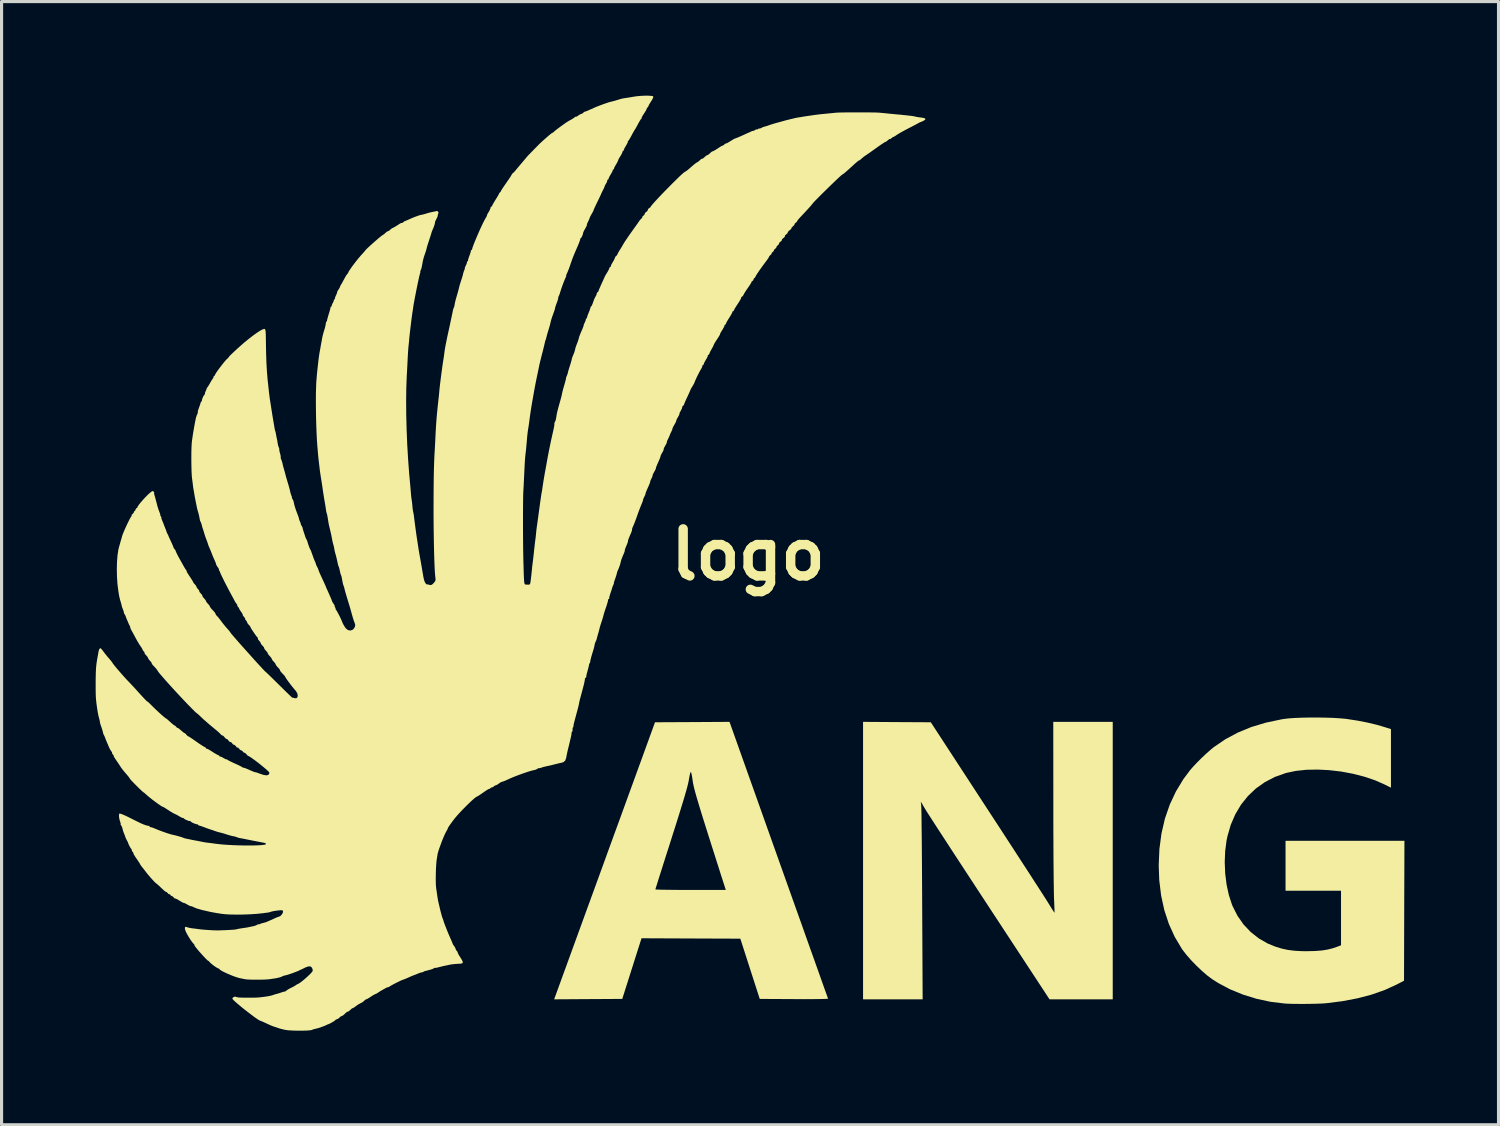
<source format=kicad_pcb>
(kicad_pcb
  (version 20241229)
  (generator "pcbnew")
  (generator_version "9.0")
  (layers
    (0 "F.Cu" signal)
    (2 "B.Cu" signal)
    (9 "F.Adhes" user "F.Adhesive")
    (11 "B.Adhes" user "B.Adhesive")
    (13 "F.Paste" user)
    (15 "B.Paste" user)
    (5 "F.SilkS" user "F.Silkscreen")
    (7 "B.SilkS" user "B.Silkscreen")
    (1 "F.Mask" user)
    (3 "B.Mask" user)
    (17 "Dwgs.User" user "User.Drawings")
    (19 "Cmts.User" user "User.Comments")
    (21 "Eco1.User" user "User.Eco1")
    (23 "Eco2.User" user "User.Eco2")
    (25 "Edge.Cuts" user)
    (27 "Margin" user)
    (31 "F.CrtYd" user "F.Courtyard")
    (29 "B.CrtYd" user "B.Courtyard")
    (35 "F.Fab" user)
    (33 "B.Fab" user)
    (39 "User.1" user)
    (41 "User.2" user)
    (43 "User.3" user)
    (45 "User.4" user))
  (footprint "logo"
    (layer "F.Cu")
    (at 20.804 14.635)
    (property "Reference" "logo" (at 0 0 0) (layer "F.SilkS") (effects (font (size 1.5 1.5) (thickness 0.3))))
    (attr board_only exclude_from_pos_files exclude_from_bom)
    (fp_poly (pts (xy 4.745 5.339) (xy 5.825 5.345) (xy 7.614 8.088) (xy 7.838 8.431) (xy 8.057 8.766) (xy 8.268 9.091) (xy 8.471 9.403) (xy 8.662 9.698) (xy 8.841 9.973) (xy 9.006 10.227) (xy 9.153 10.456) (xy 9.283 10.656) (xy 9.393 10.827) (xy 9.48 10.963) (xy 9.544 11.064) (xy 9.582 11.125) (xy 9.583 11.127) (xy 9.649 11.235) (xy 9.705 11.324) (xy 9.746 11.387) (xy 9.767 11.417) (xy 9.769 11.418) (xy 9.77 11.392) (xy 9.769 11.323) (xy 9.765 11.221) (xy 9.76 11.093) (xy 9.754 10.969) (xy 9.751 10.881) (xy 9.749 10.747) (xy 9.746 10.57) (xy 9.743 10.356) (xy 9.741 10.107) (xy 9.738 9.829) (xy 9.736 9.525) (xy 9.735 9.199) (xy 9.733 8.856) (xy 9.732 8.5) (xy 9.732 8.134) (xy 9.732 7.93) (xy 9.73 5.333) (xy 10.678 5.333) (xy 11.626 5.333) (xy 11.626 9.756) (xy 11.626 14.179) (xy 10.618 14.179) (xy 9.61 14.179) (xy 7.683 11.241) (xy 7.451 10.888) (xy 7.226 10.544) (xy 7.009 10.212) (xy 6.801 9.894) (xy 6.604 9.593) (xy 6.421 9.312) (xy 6.252 9.052) (xy 6.099 8.818) (xy 5.965 8.611) (xy 5.851 8.434) (xy 5.758 8.29) (xy 5.689 8.182) (xy 5.645 8.111) (xy 5.631 8.088) (xy 5.506 7.873) (xy 5.521 8.024) (xy 5.523 8.069) (xy 5.525 8.161) (xy 5.528 8.297) (xy 5.53 8.473) (xy 5.532 8.686) (xy 5.535 8.934) (xy 5.538 9.212) (xy 5.54 9.518) (xy 5.543 9.847) (xy 5.545 10.198) (xy 5.547 10.565) (xy 5.549 10.947) (xy 5.55 11.177) (xy 5.565 14.179) (xy 4.615 14.179) (xy 3.665 14.179) (xy 3.665 9.755) (xy 3.665 5.332)) (stroke (width 0) (type solid)) (fill yes) (layer "F.SilkS"))
    (fp_poly (pts (xy 0.973 9.733) (xy 1.135 10.188) (xy 1.292 10.629) (xy 1.444 11.056) (xy 1.59 11.465) (xy 1.729 11.854) (xy 1.859 12.222) (xy 1.981 12.564) (xy 2.094 12.88) (xy 2.196 13.167) (xy 2.287 13.422) (xy 2.365 13.643) (xy 2.431 13.828) (xy 2.483 13.974) (xy 2.521 14.079) (xy 2.543 14.14) (xy 2.549 14.157) (xy 2.526 14.161) (xy 2.457 14.166) (xy 2.346 14.169) (xy 2.198 14.171) (xy 2.016 14.173) (xy 1.805 14.174) (xy 1.569 14.173) (xy 1.464 14.172) (xy 0.371 14.166) (xy 0.061 13.205) (xy -0.248 12.245) (xy -1.824 12.239) (xy -3.399 12.232) (xy -3.706 13.199) (xy -4.013 14.166) (xy -5.099 14.172) (xy -6.185 14.179) (xy -5.037 11.026) (xy -4.908 10.674) (xy -2.957 10.674) (xy -2.933 10.677) (xy -2.863 10.681) (xy -2.752 10.684) (xy -2.607 10.686) (xy -2.431 10.688) (xy -2.23 10.69) (xy -2.009 10.691) (xy -1.834 10.691) (xy -0.711 10.691) (xy -0.747 10.583) (xy -0.76 10.54) (xy -0.788 10.454) (xy -0.828 10.328) (xy -0.88 10.168) (xy -0.94 9.977) (xy -1.009 9.761) (xy -1.084 9.524) (xy -1.165 9.271) (xy -1.249 9.005) (xy -1.252 8.997) (xy -1.358 8.661) (xy -1.45 8.368) (xy -1.527 8.117) (xy -1.592 7.903) (xy -1.645 7.723) (xy -1.687 7.574) (xy -1.719 7.452) (xy -1.742 7.353) (xy -1.757 7.275) (xy -1.761 7.254) (xy -1.784 7.1) (xy -1.803 6.996) (xy -1.819 6.941) (xy -1.834 6.934) (xy -1.85 6.975) (xy -1.869 7.062) (xy -1.892 7.196) (xy -1.895 7.212) (xy -1.913 7.298) (xy -1.944 7.422) (xy -1.99 7.585) (xy -2.049 7.788) (xy -2.124 8.033) (xy -2.213 8.322) (xy -2.318 8.656) (xy -2.439 9.036) (xy -2.448 9.067) (xy -2.535 9.339) (xy -2.618 9.597) (xy -2.694 9.837) (xy -2.763 10.055) (xy -2.824 10.246) (xy -2.875 10.407) (xy -2.914 10.534) (xy -2.942 10.622) (xy -2.956 10.668) (xy -2.957 10.674) (xy -4.908 10.674) (xy -4.887 10.615) (xy -4.735 10.199) (xy -4.584 9.783) (xy -4.434 9.37) (xy -4.287 8.966) (xy -4.144 8.575) (xy -4.008 8.202) (xy -3.88 7.85) (xy -3.762 7.525) (xy -3.654 7.23) (xy -3.56 6.97) (xy -3.48 6.75) (xy -3.428 6.609) (xy -2.969 5.345) (xy -1.781 5.339) (xy -0.593 5.332)) (stroke (width 0) (type solid)) (fill yes) (layer "F.SilkS"))
    (fp_poly (pts (xy 18.391 5.197) (xy 18.63 5.204) (xy 18.848 5.217) (xy 19.034 5.233) (xy 19.09 5.24) (xy 19.421 5.291) (xy 19.745 5.354) (xy 20.047 5.426) (xy 20.25 5.485) (xy 20.497 5.562) (xy 20.497 6.496) (xy 20.497 7.431) (xy 20.299 7.331) (xy 19.987 7.194) (xy 19.646 7.079) (xy 19.284 6.986) (xy 18.909 6.916) (xy 18.531 6.872) (xy 18.158 6.853) (xy 17.8 6.86) (xy 17.463 6.896) (xy 17.159 6.96) (xy 17.138 6.966) (xy 16.793 7.089) (xy 16.477 7.254) (xy 16.191 7.456) (xy 15.938 7.696) (xy 15.718 7.97) (xy 15.535 8.277) (xy 15.389 8.615) (xy 15.283 8.981) (xy 15.256 9.111) (xy 15.211 9.452) (xy 15.197 9.808) (xy 15.212 10.168) (xy 15.256 10.52) (xy 15.328 10.853) (xy 15.427 11.156) (xy 15.449 11.21) (xy 15.604 11.517) (xy 15.797 11.792) (xy 16.025 12.033) (xy 16.284 12.237) (xy 16.572 12.402) (xy 16.817 12.501) (xy 17.017 12.562) (xy 17.214 12.604) (xy 17.422 12.63) (xy 17.656 12.643) (xy 17.831 12.644) (xy 18.08 12.638) (xy 18.29 12.622) (xy 18.474 12.593) (xy 18.641 12.551) (xy 18.759 12.511) (xy 18.905 12.456) (xy 18.905 11.586) (xy 18.905 10.716) (xy 18.02 10.716) (xy 17.136 10.716) (xy 17.136 9.92) (xy 17.136 9.124) (xy 19.031 9.124) (xy 20.927 9.124) (xy 20.92 11.354) (xy 20.914 13.585) (xy 20.686 13.704) (xy 20.309 13.877) (xy 19.892 14.025) (xy 19.438 14.145) (xy 18.951 14.238) (xy 18.436 14.303) (xy 18.412 14.305) (xy 18.291 14.313) (xy 18.132 14.319) (xy 17.949 14.323) (xy 17.753 14.325) (xy 17.557 14.325) (xy 17.374 14.323) (xy 17.216 14.319) (xy 17.11 14.313) (xy 16.658 14.258) (xy 16.212 14.162) (xy 15.779 14.028) (xy 15.368 13.86) (xy 14.987 13.658) (xy 14.798 13.537) (xy 14.642 13.421) (xy 14.472 13.274) (xy 14.296 13.107) (xy 14.127 12.933) (xy 13.976 12.761) (xy 13.854 12.603) (xy 13.833 12.574) (xy 13.603 12.188) (xy 13.416 11.776) (xy 13.271 11.336) (xy 13.169 10.869) (xy 13.109 10.376) (xy 13.092 9.907) (xy 13.114 9.388) (xy 13.18 8.892) (xy 13.289 8.421) (xy 13.443 7.974) (xy 13.64 7.553) (xy 13.88 7.157) (xy 14.092 6.873) (xy 14.196 6.754) (xy 14.326 6.617) (xy 14.471 6.473) (xy 14.618 6.335) (xy 14.755 6.214) (xy 14.848 6.138) (xy 15.216 5.887) (xy 15.614 5.674) (xy 16.044 5.497) (xy 16.508 5.357) (xy 17.006 5.252) (xy 17.085 5.239) (xy 17.237 5.221) (xy 17.428 5.208) (xy 17.65 5.199) (xy 17.891 5.194) (xy 18.142 5.193)) (stroke (width 0) (type solid)) (fill yes) (layer "F.SilkS"))
    (fp_poly (pts (xy -3.109 -14.63) (xy -3.044 -14.62) (xy -3.025 -14.611) (xy -3.026 -14.578) (xy -3.054 -14.517) (xy -3.094 -14.453) (xy -3.141 -14.378) (xy -3.174 -14.317) (xy -3.184 -14.286) (xy -3.203 -14.257) (xy -3.214 -14.254) (xy -3.232 -14.245) (xy -3.228 -14.239) (xy -3.233 -14.212) (xy -3.262 -14.155) (xy -3.308 -14.081) (xy -3.313 -14.074) (xy -3.36 -14.002) (xy -3.389 -13.949) (xy -3.395 -13.926) (xy -3.394 -13.925) (xy -3.391 -13.914) (xy -3.399 -13.906) (xy -3.42 -13.885) (xy -3.448 -13.842) (xy -3.49 -13.77) (xy -3.548 -13.66) (xy -3.555 -13.648) (xy -3.588 -13.588) (xy -3.611 -13.551) (xy -3.614 -13.547) (xy -3.634 -13.518) (xy -3.664 -13.464) (xy -3.667 -13.458) (xy -3.727 -13.347) (xy -3.769 -13.272) (xy -3.797 -13.225) (xy -3.815 -13.2) (xy -3.829 -13.187) (xy -3.841 -13.17) (xy -3.836 -13.168) (xy -3.837 -13.148) (xy -3.861 -13.098) (xy -3.892 -13.045) (xy -3.934 -12.973) (xy -3.961 -12.916) (xy -3.968 -12.893) (xy -3.986 -12.866) (xy -3.995 -12.864) (xy -4.011 -12.85) (xy -4.009 -12.844) (xy -4.014 -12.813) (xy -4.043 -12.756) (xy -4.07 -12.711) (xy -4.112 -12.643) (xy -4.139 -12.59) (xy -4.145 -12.572) (xy -4.158 -12.537) (xy -4.19 -12.476) (xy -4.219 -12.429) (xy -4.257 -12.362) (xy -4.277 -12.314) (xy -4.278 -12.298) (xy -4.283 -12.285) (xy -4.297 -12.283) (xy -4.318 -12.275) (xy -4.315 -12.268) (xy -4.319 -12.24) (xy -4.346 -12.185) (xy -4.374 -12.137) (xy -4.416 -12.066) (xy -4.443 -12.009) (xy -4.448 -11.987) (xy -4.466 -11.957) (xy -4.478 -11.954) (xy -4.495 -11.944) (xy -4.491 -11.938) (xy -4.492 -11.908) (xy -4.517 -11.854) (xy -4.53 -11.831) (xy -4.563 -11.775) (xy -4.577 -11.743) (xy -4.577 -11.74) (xy -4.582 -11.72) (xy -4.605 -11.668) (xy -4.627 -11.626) (xy -4.661 -11.559) (xy -4.683 -11.512) (xy -4.688 -11.5) (xy -4.699 -11.473) (xy -4.728 -11.411) (xy -4.769 -11.324) (xy -4.807 -11.247) (xy -4.856 -11.146) (xy -4.895 -11.062) (xy -4.92 -11.006) (xy -4.926 -10.987) (xy -4.938 -10.956) (xy -4.969 -10.897) (xy -4.993 -10.856) (xy -5.029 -10.791) (xy -5.05 -10.747) (xy -5.053 -10.736) (xy -5.06 -10.711) (xy -5.084 -10.657) (xy -5.102 -10.621) (xy -5.131 -10.559) (xy -5.143 -10.52) (xy -5.141 -10.514) (xy -5.144 -10.494) (xy -5.168 -10.445) (xy -5.192 -10.401) (xy -5.23 -10.333) (xy -5.254 -10.283) (xy -5.258 -10.268) (xy -5.268 -10.221) (xy -5.29 -10.161) (xy -5.318 -10.109) (xy -5.34 -10.084) (xy -5.342 -10.084) (xy -5.355 -10.074) (xy -5.352 -10.07) (xy -5.356 -10.042) (xy -5.377 -9.979) (xy -5.412 -9.889) (xy -5.45 -9.801) (xy -5.515 -9.652) (xy -5.566 -9.53) (xy -5.61 -9.416) (xy -5.653 -9.292) (xy -5.686 -9.195) (xy -5.72 -9.102) (xy -5.755 -9.015) (xy -5.774 -8.974) (xy -5.797 -8.923) (xy -5.802 -8.897) (xy -5.8 -8.896) (xy -5.801 -8.877) (xy -5.821 -8.83) (xy -5.824 -8.823) (xy -5.85 -8.765) (xy -5.886 -8.675) (xy -5.925 -8.569) (xy -5.961 -8.465) (xy -5.99 -8.377) (xy -6.001 -8.336) (xy -6.022 -8.279) (xy -6.04 -8.241) (xy -6.056 -8.201) (xy -6.054 -8.189) (xy -6.056 -8.167) (xy -6.072 -8.11) (xy -6.1 -8.031) (xy -6.103 -8.024) (xy -6.132 -7.943) (xy -6.151 -7.885) (xy -6.155 -7.86) (xy -6.155 -7.86) (xy -6.158 -7.839) (xy -6.176 -7.784) (xy -6.196 -7.727) (xy -6.249 -7.58) (xy -6.285 -7.468) (xy -6.306 -7.378) (xy -6.319 -7.321) (xy -6.344 -7.235) (xy -6.369 -7.153) (xy -6.397 -7.061) (xy -6.42 -6.98) (xy -6.431 -6.934) (xy -6.444 -6.879) (xy -6.454 -6.854) (xy -6.469 -6.815) (xy -6.479 -6.772) (xy -6.49 -6.724) (xy -6.51 -6.64) (xy -6.537 -6.529) (xy -6.569 -6.405) (xy -6.572 -6.394) (xy -6.603 -6.27) (xy -6.631 -6.159) (xy -6.651 -6.073) (xy -6.662 -6.024) (xy -6.662 -6.021) (xy -6.71 -5.788) (xy -6.734 -5.676) (xy -6.765 -5.526) (xy -6.799 -5.349) (xy -6.834 -5.156) (xy -6.869 -4.958) (xy -6.902 -4.767) (xy -6.93 -4.594) (xy -6.951 -4.451) (xy -6.962 -4.372) (xy -6.98 -4.227) (xy -7 -4.089) (xy -7.016 -3.993) (xy -7.026 -3.925) (xy -7.037 -3.835) (xy -7.049 -3.715) (xy -7.062 -3.555) (xy -7.063 -3.551) (xy -7.073 -3.439) (xy -7.083 -3.333) (xy -7.092 -3.253) (xy -7.093 -3.248) (xy -7.102 -3.17) (xy -7.11 -3.09) (xy -7.117 -2.998) (xy -7.124 -2.884) (xy -7.131 -2.739) (xy -7.14 -2.553) (xy -7.14 -2.553) (xy -7.147 -2.405) (xy -7.154 -2.265) (xy -7.16 -2.145) (xy -7.165 -2.058) (xy -7.167 -2.035) (xy -7.17 -1.961) (xy -7.173 -1.843) (xy -7.175 -1.689) (xy -7.177 -1.506) (xy -7.178 -1.301) (xy -7.178 -1.081) (xy -7.178 -0.853) (xy -7.177 -0.624) (xy -7.175 -0.401) (xy -7.173 -0.192) (xy -7.17 -0.003) (xy -7.167 0.159) (xy -7.165 0.227) (xy -7.159 0.438) (xy -7.154 0.603) (xy -7.149 0.729) (xy -7.144 0.821) (xy -7.138 0.883) (xy -7.13 0.923) (xy -7.118 0.944) (xy -7.103 0.953) (xy -7.082 0.955) (xy -7.056 0.955) (xy -7.046 0.956) (xy -6.984 0.957) (xy -6.955 0.939) (xy -6.942 0.89) (xy -6.94 0.88) (xy -6.929 0.796) (xy -6.915 0.678) (xy -6.9 0.542) (xy -6.887 0.404) (xy -6.877 0.317) (xy -6.865 0.223) (xy -6.864 0.215) (xy -6.855 0.145) (xy -6.843 0.042) (xy -6.83 -0.077) (xy -6.824 -0.139) (xy -6.811 -0.256) (xy -6.799 -0.361) (xy -6.789 -0.441) (xy -6.785 -0.468) (xy -6.776 -0.537) (xy -6.766 -0.63) (xy -6.761 -0.682) (xy -6.752 -0.773) (xy -6.742 -0.853) (xy -6.738 -0.885) (xy -6.731 -0.929) (xy -6.719 -1.014) (xy -6.703 -1.132) (xy -6.684 -1.272) (xy -6.663 -1.428) (xy -6.661 -1.441) (xy -6.64 -1.595) (xy -6.621 -1.733) (xy -6.604 -1.847) (xy -6.592 -1.929) (xy -6.585 -1.97) (xy -6.584 -1.971) (xy -6.575 -2.019) (xy -6.563 -2.093) (xy -6.559 -2.123) (xy -6.544 -2.224) (xy -6.524 -2.354) (xy -6.501 -2.492) (xy -6.479 -2.62) (xy -6.46 -2.718) (xy -6.46 -2.72) (xy -6.448 -2.783) (xy -6.435 -2.859) (xy -6.391 -3.104) (xy -6.34 -3.367) (xy -6.286 -3.626) (xy -6.234 -3.86) (xy -6.227 -3.889) (xy -6.203 -3.998) (xy -6.185 -4.087) (xy -6.177 -4.146) (xy -6.178 -4.164) (xy -6.177 -4.193) (xy -6.162 -4.23) (xy -6.145 -4.264) (xy -6.133 -4.302) (xy -6.121 -4.358) (xy -6.107 -4.446) (xy -6.104 -4.467) (xy -6.092 -4.528) (xy -6.069 -4.621) (xy -6.04 -4.73) (xy -6.028 -4.773) (xy -5.989 -4.909) (xy -5.962 -5.008) (xy -5.943 -5.085) (xy -5.93 -5.149) (xy -5.926 -5.168) (xy -5.915 -5.215) (xy -5.894 -5.296) (xy -5.865 -5.395) (xy -5.855 -5.428) (xy -5.829 -5.521) (xy -5.811 -5.593) (xy -5.803 -5.632) (xy -5.804 -5.636) (xy -5.802 -5.655) (xy -5.786 -5.689) (xy -5.758 -5.758) (xy -5.748 -5.798) (xy -5.735 -5.852) (xy -5.711 -5.934) (xy -5.684 -6.017) (xy -5.655 -6.109) (xy -5.633 -6.187) (xy -5.623 -6.232) (xy -5.607 -6.293) (xy -5.579 -6.359) (xy -5.54 -6.455) (xy -5.512 -6.558) (xy -5.506 -6.59) (xy -5.496 -6.622) (xy -5.473 -6.685) (xy -5.453 -6.735) (xy -5.423 -6.817) (xy -5.401 -6.886) (xy -5.395 -6.912) (xy -5.382 -6.96) (xy -5.352 -7.037) (xy -5.314 -7.127) (xy -5.311 -7.133) (xy -5.275 -7.215) (xy -5.252 -7.276) (xy -5.245 -7.303) (xy -5.246 -7.304) (xy -5.243 -7.324) (xy -5.222 -7.374) (xy -5.208 -7.402) (xy -5.181 -7.465) (xy -5.171 -7.508) (xy -5.174 -7.516) (xy -5.169 -7.53) (xy -5.156 -7.532) (xy -5.134 -7.54) (xy -5.137 -7.546) (xy -5.135 -7.575) (xy -5.116 -7.635) (xy -5.09 -7.698) (xy -5.057 -7.779) (xy -5.035 -7.844) (xy -5.029 -7.873) (xy -5.017 -7.907) (xy -5.008 -7.911) (xy -4.989 -7.933) (xy -4.963 -7.99) (xy -4.943 -8.047) (xy -4.913 -8.132) (xy -4.881 -8.202) (xy -4.865 -8.23) (xy -4.835 -8.286) (xy -4.828 -8.321) (xy -4.815 -8.359) (xy -4.802 -8.366) (xy -4.777 -8.383) (xy -4.777 -8.388) (xy -4.767 -8.42) (xy -4.74 -8.486) (xy -4.701 -8.575) (xy -4.677 -8.629) (xy -4.633 -8.725) (xy -4.597 -8.804) (xy -4.575 -8.854) (xy -4.571 -8.865) (xy -4.555 -8.895) (xy -4.521 -8.953) (xy -4.494 -8.996) (xy -4.454 -9.066) (xy -4.428 -9.122) (xy -4.423 -9.141) (xy -4.405 -9.172) (xy -4.393 -9.174) (xy -4.375 -9.184) (xy -4.379 -9.189) (xy -4.375 -9.217) (xy -4.348 -9.272) (xy -4.32 -9.321) (xy -4.278 -9.391) (xy -4.252 -9.448) (xy -4.246 -9.469) (xy -4.227 -9.508) (xy -4.21 -9.521) (xy -4.177 -9.552) (xy -4.172 -9.566) (xy -4.158 -9.6) (xy -4.125 -9.66) (xy -4.097 -9.705) (xy -4.041 -9.795) (xy -3.986 -9.888) (xy -3.968 -9.92) (xy -3.932 -9.978) (xy -3.873 -10.066) (xy -3.8 -10.173) (xy -3.72 -10.287) (xy -3.706 -10.306) (xy -3.629 -10.414) (xy -3.561 -10.509) (xy -3.509 -10.583) (xy -3.479 -10.628) (xy -3.475 -10.634) (xy -3.436 -10.683) (xy -3.399 -10.72) (xy -3.371 -10.753) (xy -3.373 -10.766) (xy -3.374 -10.778) (xy -3.341 -10.806) (xy -3.304 -10.842) (xy -3.298 -10.867) (xy -3.288 -10.893) (xy -3.248 -10.929) (xy -3.247 -10.929) (xy -3.206 -10.965) (xy -3.197 -10.994) (xy -3.197 -10.994) (xy -3.189 -11.022) (xy -3.16 -11.044) (xy -3.12 -11.073) (xy -3.109 -11.09) (xy -3.091 -11.118) (xy -3.043 -11.177) (xy -2.97 -11.259) (xy -2.876 -11.36) (xy -2.768 -11.475) (xy -2.65 -11.597) (xy -2.528 -11.721) (xy -2.408 -11.842) (xy -2.294 -11.954) (xy -2.193 -12.053) (xy -2.109 -12.131) (xy -2.048 -12.184) (xy -2.015 -12.207) (xy -2.013 -12.207) (xy -1.984 -12.223) (xy -1.928 -12.265) (xy -1.855 -12.326) (xy -1.818 -12.359) (xy -1.74 -12.426) (xy -1.675 -12.478) (xy -1.633 -12.507) (xy -1.624 -12.51) (xy -1.593 -12.527) (xy -1.547 -12.568) (xy -1.542 -12.573) (xy -1.498 -12.612) (xy -1.468 -12.625) (xy -1.466 -12.624) (xy -1.438 -12.633) (xy -1.395 -12.669) (xy -1.389 -12.676) (xy -1.341 -12.718) (xy -1.304 -12.738) (xy -1.302 -12.738) (xy -1.266 -12.755) (xy -1.218 -12.796) (xy -1.214 -12.8) (xy -1.171 -12.841) (xy -1.142 -12.858) (xy -1.14 -12.858) (xy -1.107 -12.868) (xy -1.04 -12.906) (xy -0.944 -12.967) (xy -0.905 -12.994) (xy -0.851 -13.027) (xy -0.814 -13.041) (xy -0.813 -13.041) (xy -0.779 -13.059) (xy -0.758 -13.08) (xy -0.727 -13.106) (xy -0.714 -13.107) (xy -0.689 -13.113) (xy -0.634 -13.142) (xy -0.573 -13.179) (xy -0.502 -13.223) (xy -0.45 -13.254) (xy -0.43 -13.264) (xy -0.394 -13.276) (xy -0.326 -13.303) (xy -0.242 -13.339) (xy -0.154 -13.378) (xy -0.101 -13.403) (xy -0.033 -13.434) (xy 0.014 -13.455) (xy 0.025 -13.459) (xy 0.055 -13.471) (xy 0.095 -13.492) (xy 0.137 -13.51) (xy 0.152 -13.509) (xy 0.17 -13.511) (xy 0.213 -13.535) (xy 0.215 -13.536) (xy 0.259 -13.56) (xy 0.278 -13.56) (xy 0.278 -13.559) (xy 0.294 -13.557) (xy 0.316 -13.572) (xy 0.347 -13.591) (xy 0.354 -13.587) (xy 0.372 -13.585) (xy 0.411 -13.601) (xy 0.464 -13.628) (xy 0.493 -13.639) (xy 0.539 -13.651) (xy 0.556 -13.656) (xy 0.615 -13.674) (xy 0.632 -13.68) (xy 0.685 -13.699) (xy 0.762 -13.724) (xy 0.84 -13.748) (xy 0.897 -13.765) (xy 0.904 -13.766) (xy 0.949 -13.778) (xy 1.004 -13.793) (xy 1.086 -13.816) (xy 1.112 -13.823) (xy 1.19 -13.845) (xy 1.254 -13.861) (xy 1.27 -13.865) (xy 1.333 -13.88) (xy 1.365 -13.888) (xy 1.46 -13.911) (xy 1.523 -13.926) (xy 1.574 -13.935) (xy 1.592 -13.938) (xy 1.665 -13.95) (xy 1.735 -13.962) (xy 1.817 -13.975) (xy 1.906 -13.988) (xy 1.912 -13.989) (xy 2.004 -14.002) (xy 2.094 -14.015) (xy 2.098 -14.016) (xy 2.174 -14.026) (xy 2.261 -14.037) (xy 2.372 -14.049) (xy 2.52 -14.063) (xy 2.527 -14.064) (xy 2.636 -14.075) (xy 2.744 -14.085) (xy 2.805 -14.092) (xy 2.866 -14.095) (xy 2.967 -14.098) (xy 3.1 -14.1) (xy 3.256 -14.102) (xy 3.425 -14.102) (xy 3.597 -14.102) (xy 3.764 -14.101) (xy 3.916 -14.1) (xy 4.043 -14.098) (xy 4.137 -14.095) (xy 4.17 -14.093) (xy 4.265 -14.084) (xy 4.376 -14.074) (xy 4.423 -14.069) (xy 4.525 -14.058) (xy 4.647 -14.047) (xy 4.739 -14.038) (xy 4.846 -14.029) (xy 4.949 -14.018) (xy 5.017 -14.011) (xy 5.105 -14.001) (xy 5.186 -13.992) (xy 5.194 -13.992) (xy 5.267 -13.981) (xy 5.32 -13.969) (xy 5.375 -13.957) (xy 5.456 -13.944) (xy 5.493 -13.94) (xy 5.588 -13.926) (xy 5.64 -13.909) (xy 5.652 -13.885) (xy 5.647 -13.872) (xy 5.615 -13.847) (xy 5.559 -13.817) (xy 5.502 -13.793) (xy 5.484 -13.788) (xy 5.455 -13.774) (xy 5.434 -13.762) (xy 5.398 -13.742) (xy 5.327 -13.704) (xy 5.23 -13.653) (xy 5.118 -13.596) (xy 5.105 -13.589) (xy 4.987 -13.527) (xy 4.878 -13.467) (xy 4.79 -13.416) (xy 4.735 -13.381) (xy 4.734 -13.38) (xy 4.677 -13.341) (xy 4.636 -13.32) (xy 4.63 -13.319) (xy 4.596 -13.302) (xy 4.574 -13.281) (xy 4.542 -13.255) (xy 4.529 -13.256) (xy 4.503 -13.25) (xy 4.46 -13.217) (xy 4.454 -13.212) (xy 4.408 -13.174) (xy 4.378 -13.159) (xy 4.377 -13.16) (xy 4.351 -13.147) (xy 4.293 -13.11) (xy 4.209 -13.054) (xy 4.109 -12.983) (xy 4.073 -12.957) (xy 3.965 -12.88) (xy 3.868 -12.811) (xy 3.791 -12.758) (xy 3.743 -12.726) (xy 3.737 -12.722) (xy 3.686 -12.686) (xy 3.624 -12.633) (xy 3.613 -12.623) (xy 3.567 -12.583) (xy 3.541 -12.569) (xy 3.538 -12.571) (xy 3.521 -12.563) (xy 3.473 -12.524) (xy 3.402 -12.463) (xy 3.314 -12.383) (xy 3.277 -12.349) (xy 3.182 -12.263) (xy 3.101 -12.192) (xy 3.04 -12.143) (xy 3.007 -12.12) (xy 3.003 -12.119) (xy 2.983 -12.105) (xy 2.933 -12.061) (xy 2.859 -11.992) (xy 2.767 -11.905) (xy 2.662 -11.804) (xy 2.551 -11.696) (xy 2.438 -11.585) (xy 2.33 -11.479) (xy 2.233 -11.381) (xy 2.152 -11.299) (xy 2.093 -11.237) (xy 2.062 -11.202) (xy 2.058 -11.196) (xy 2.041 -11.173) (xy 1.997 -11.121) (xy 1.932 -11.048) (xy 1.854 -10.963) (xy 1.771 -10.873) (xy 1.689 -10.786) (xy 1.662 -10.758) (xy 1.609 -10.699) (xy 1.574 -10.654) (xy 1.567 -10.639) (xy 1.549 -10.61) (xy 1.517 -10.582) (xy 1.483 -10.551) (xy 1.48 -10.533) (xy 1.472 -10.51) (xy 1.435 -10.473) (xy 1.43 -10.47) (xy 1.39 -10.432) (xy 1.38 -10.407) (xy 1.38 -10.405) (xy 1.372 -10.384) (xy 1.332 -10.351) (xy 1.329 -10.349) (xy 1.283 -10.308) (xy 1.264 -10.272) (xy 1.244 -10.234) (xy 1.212 -10.21) (xy 1.178 -10.181) (xy 1.175 -10.16) (xy 1.167 -10.132) (xy 1.127 -10.096) (xy 1.126 -10.095) (xy 1.085 -10.06) (xy 1.075 -10.032) (xy 1.075 -10.032) (xy 1.066 -10.006) (xy 1.037 -9.983) (xy 0.996 -9.947) (xy 0.986 -9.918) (xy 0.965 -9.877) (xy 0.948 -9.866) (xy 0.914 -9.835) (xy 0.91 -9.818) (xy 0.891 -9.779) (xy 0.854 -9.744) (xy 0.821 -9.716) (xy 0.822 -9.704) (xy 0.823 -9.69) (xy 0.791 -9.657) (xy 0.787 -9.654) (xy 0.752 -9.619) (xy 0.748 -9.603) (xy 0.749 -9.603) (xy 0.748 -9.589) (xy 0.715 -9.556) (xy 0.711 -9.553) (xy 0.675 -9.518) (xy 0.668 -9.503) (xy 0.668 -9.503) (xy 0.663 -9.485) (xy 0.632 -9.436) (xy 0.583 -9.368) (xy 0.575 -9.358) (xy 0.475 -9.223) (xy 0.386 -9.1) (xy 0.313 -8.994) (xy 0.26 -8.912) (xy 0.231 -8.86) (xy 0.227 -8.848) (xy 0.209 -8.822) (xy 0.202 -8.82) (xy 0.18 -8.8) (xy 0.177 -8.784) (xy 0.157 -8.742) (xy 0.133 -8.721) (xy 0.105 -8.701) (xy 0.107 -8.695) (xy 0.102 -8.676) (xy 0.072 -8.624) (xy 0.023 -8.55) (xy -0.013 -8.498) (xy -0.073 -8.411) (xy -0.12 -8.336) (xy -0.147 -8.287) (xy -0.152 -8.274) (xy -0.172 -8.241) (xy -0.193 -8.229) (xy -0.221 -8.209) (xy -0.22 -8.198) (xy -0.226 -8.172) (xy -0.256 -8.114) (xy -0.304 -8.036) (xy -0.33 -7.997) (xy -0.386 -7.911) (xy -0.429 -7.84) (xy -0.452 -7.794) (xy -0.455 -7.785) (xy -0.475 -7.761) (xy -0.484 -7.759) (xy -0.503 -7.75) (xy -0.5 -7.745) (xy -0.506 -7.719) (xy -0.535 -7.662) (xy -0.581 -7.585) (xy -0.596 -7.562) (xy -0.649 -7.478) (xy -0.688 -7.409) (xy -0.707 -7.366) (xy -0.708 -7.361) (xy -0.726 -7.332) (xy -0.737 -7.329) (xy -0.755 -7.32) (xy -0.752 -7.314) (xy -0.756 -7.287) (xy -0.784 -7.231) (xy -0.824 -7.163) (xy -0.867 -7.093) (xy -0.893 -7.044) (xy -0.897 -7.026) (xy -0.903 -7.007) (xy -0.932 -6.957) (xy -0.978 -6.885) (xy -0.987 -6.872) (xy -1.039 -6.793) (xy -1.078 -6.728) (xy -1.096 -6.691) (xy -1.097 -6.689) (xy -1.111 -6.652) (xy -1.144 -6.589) (xy -1.17 -6.544) (xy -1.209 -6.473) (xy -1.233 -6.418) (xy -1.238 -6.398) (xy -1.258 -6.371) (xy -1.268 -6.369) (xy -1.286 -6.36) (xy -1.283 -6.354) (xy -1.287 -6.326) (xy -1.313 -6.271) (xy -1.341 -6.223) (xy -1.383 -6.152) (xy -1.41 -6.095) (xy -1.415 -6.073) (xy -1.433 -6.043) (xy -1.445 -6.04) (xy -1.463 -6.031) (xy -1.459 -6.025) (xy -1.462 -5.996) (xy -1.486 -5.942) (xy -1.501 -5.918) (xy -1.539 -5.851) (xy -1.585 -5.763) (xy -1.632 -5.669) (xy -1.672 -5.582) (xy -1.7 -5.517) (xy -1.707 -5.495) (xy -1.723 -5.458) (xy -1.757 -5.397) (xy -1.775 -5.368) (xy -1.813 -5.305) (xy -1.837 -5.26) (xy -1.84 -5.25) (xy -1.852 -5.22) (xy -1.88 -5.156) (xy -1.92 -5.068) (xy -1.945 -5.016) (xy -1.99 -4.92) (xy -2.024 -4.84) (xy -2.044 -4.788) (xy -2.047 -4.776) (xy -2.066 -4.752) (xy -2.072 -4.751) (xy -2.094 -4.731) (xy -2.098 -4.71) (xy -2.11 -4.663) (xy -2.142 -4.598) (xy -2.15 -4.584) (xy -2.18 -4.531) (xy -2.189 -4.501) (xy -2.187 -4.499) (xy -2.19 -4.479) (xy -2.213 -4.429) (xy -2.238 -4.385) (xy -2.273 -4.322) (xy -2.291 -4.28) (xy -2.29 -4.271) (xy -2.294 -4.252) (xy -2.319 -4.201) (xy -2.35 -4.145) (xy -2.388 -4.078) (xy -2.41 -4.032) (xy -2.412 -4.019) (xy -2.415 -3.999) (xy -2.436 -3.949) (xy -2.448 -3.924) (xy -2.478 -3.862) (xy -2.494 -3.822) (xy -2.496 -3.816) (xy -2.506 -3.788) (xy -2.532 -3.731) (xy -2.549 -3.696) (xy -2.579 -3.634) (xy -2.592 -3.595) (xy -2.59 -3.589) (xy -2.593 -3.569) (xy -2.618 -3.519) (xy -2.642 -3.475) (xy -2.677 -3.412) (xy -2.693 -3.371) (xy -2.692 -3.361) (xy -2.693 -3.342) (xy -2.716 -3.292) (xy -2.741 -3.248) (xy -2.776 -3.184) (xy -2.794 -3.143) (xy -2.794 -3.134) (xy -2.798 -3.113) (xy -2.819 -3.057) (xy -2.854 -2.976) (xy -2.868 -2.944) (xy -2.906 -2.858) (xy -2.932 -2.792) (xy -2.942 -2.757) (xy -2.941 -2.755) (xy -2.944 -2.735) (xy -2.969 -2.685) (xy -2.994 -2.641) (xy -3.028 -2.578) (xy -3.046 -2.536) (xy -3.046 -2.527) (xy -3.048 -2.507) (xy -3.068 -2.457) (xy -3.083 -2.426) (xy -3.112 -2.366) (xy -3.124 -2.33) (xy -3.122 -2.325) (xy -3.126 -2.304) (xy -3.148 -2.248) (xy -3.182 -2.167) (xy -3.196 -2.136) (xy -3.235 -2.049) (xy -3.261 -1.983) (xy -3.272 -1.949) (xy -3.271 -1.946) (xy -3.274 -1.926) (xy -3.296 -1.876) (xy -3.311 -1.845) (xy -3.339 -1.785) (xy -3.352 -1.749) (xy -3.351 -1.744) (xy -3.354 -1.723) (xy -3.373 -1.669) (xy -3.398 -1.61) (xy -3.433 -1.524) (xy -3.477 -1.41) (xy -3.522 -1.287) (xy -3.539 -1.237) (xy -3.58 -1.123) (xy -3.62 -1.017) (xy -3.654 -0.934) (xy -3.667 -0.907) (xy -3.693 -0.846) (xy -3.702 -0.807) (xy -3.7 -0.802) (xy -3.703 -0.774) (xy -3.724 -0.714) (xy -3.758 -0.632) (xy -3.765 -0.618) (xy -3.8 -0.534) (xy -3.824 -0.47) (xy -3.831 -0.437) (xy -3.831 -0.436) (xy -3.834 -0.408) (xy -3.854 -0.349) (xy -3.881 -0.284) (xy -3.912 -0.209) (xy -3.931 -0.154) (xy -3.933 -0.133) (xy -3.936 -0.106) (xy -3.957 -0.048) (xy -3.982 0.008) (xy -4.017 0.093) (xy -4.045 0.169) (xy -4.054 0.202) (xy -4.086 0.329) (xy -4.128 0.444) (xy -4.146 0.483) (xy -4.174 0.549) (xy -4.185 0.594) (xy -4.198 0.645) (xy -4.223 0.723) (xy -4.242 0.777) (xy -4.267 0.849) (xy -4.281 0.897) (xy -4.281 0.91) (xy -4.282 0.929) (xy -4.297 0.962) (xy -4.324 1.023) (xy -4.334 1.057) (xy -4.347 1.103) (xy -4.372 1.178) (xy -4.394 1.243) (xy -4.418 1.321) (xy -4.43 1.379) (xy -4.429 1.401) (xy -4.434 1.414) (xy -4.445 1.415) (xy -4.467 1.427) (xy -4.464 1.435) (xy -4.467 1.466) (xy -4.484 1.532) (xy -4.512 1.623) (xy -4.527 1.669) (xy -4.562 1.771) (xy -4.591 1.859) (xy -4.608 1.92) (xy -4.611 1.933) (xy -4.624 1.983) (xy -4.647 2.062) (xy -4.676 2.148) (xy -4.705 2.237) (xy -4.727 2.31) (xy -4.737 2.35) (xy -4.747 2.394) (xy -4.767 2.468) (xy -4.786 2.533) (xy -4.809 2.614) (xy -4.825 2.674) (xy -4.83 2.698) (xy -4.843 2.733) (xy -4.859 2.767) (xy -4.885 2.832) (xy -4.894 2.868) (xy -4.903 2.921) (xy -4.916 2.976) (xy -4.937 3.048) (xy -4.964 3.134) (xy -5.008 3.284) (xy -5.032 3.389) (xy -5.037 3.431) (xy -5.048 3.46) (xy -5.054 3.462) (xy -5.068 3.483) (xy -5.072 3.507) (xy -5.08 3.552) (xy -5.099 3.63) (xy -5.124 3.721) (xy -5.147 3.807) (xy -5.16 3.872) (xy -5.161 3.904) (xy -5.161 3.904) (xy -5.166 3.917) (xy -5.173 3.917) (xy -5.198 3.938) (xy -5.201 3.949) (xy -5.211 4.018) (xy -5.227 4.099) (xy -5.253 4.204) (xy -5.29 4.345) (xy -5.295 4.361) (xy -5.331 4.496) (xy -5.357 4.593) (xy -5.374 4.66) (xy -5.385 4.708) (xy -5.392 4.748) (xy -5.395 4.766) (xy -5.405 4.811) (xy -5.425 4.892) (xy -5.452 4.996) (xy -5.472 5.069) (xy -5.509 5.205) (xy -5.534 5.301) (xy -5.551 5.366) (xy -5.561 5.408) (xy -5.566 5.437) (xy -5.568 5.461) (xy -5.568 5.465) (xy -5.578 5.503) (xy -5.587 5.51) (xy -5.597 5.531) (xy -5.597 5.573) (xy -5.598 5.62) (xy -5.608 5.636) (xy -5.624 5.657) (xy -5.628 5.68) (xy -5.633 5.726) (xy -5.645 5.791) (xy -5.666 5.884) (xy -5.697 6.014) (xy -5.713 6.081) (xy -5.744 6.205) (xy -5.765 6.297) (xy -5.781 6.374) (xy -5.797 6.455) (xy -5.802 6.483) (xy -5.833 6.569) (xy -5.894 6.619) (xy -5.954 6.636) (xy -6.019 6.65) (xy -6.11 6.672) (xy -6.179 6.689) (xy -6.269 6.712) (xy -6.344 6.73) (xy -6.382 6.737) (xy -6.524 6.769) (xy -6.603 6.796) (xy -6.652 6.81) (xy -6.672 6.808) (xy -6.672 6.808) (xy -6.688 6.808) (xy -6.708 6.822) (xy -6.762 6.852) (xy -6.796 6.863) (xy -6.87 6.88) (xy -6.936 6.897) (xy -7.013 6.921) (xy -7.089 6.946) (xy -7.227 6.994) (xy -7.368 7.046) (xy -7.498 7.097) (xy -7.603 7.142) (xy -7.645 7.162) (xy -7.728 7.2) (xy -7.806 7.231) (xy -7.861 7.248) (xy -7.867 7.249) (xy -7.899 7.265) (xy -7.949 7.3) (xy -7.953 7.303) (xy -8.007 7.339) (xy -8.049 7.355) (xy -8.05 7.355) (xy -8.091 7.372) (xy -8.113 7.393) (xy -8.145 7.419) (xy -8.159 7.418) (xy -8.185 7.423) (xy -8.218 7.447) (xy -8.253 7.473) (xy -8.264 7.472) (xy -8.283 7.478) (xy -8.334 7.509) (xy -8.406 7.557) (xy -8.441 7.582) (xy -8.524 7.639) (xy -8.59 7.683) (xy -8.631 7.707) (xy -8.637 7.709) (xy -8.672 7.727) (xy -8.735 7.776) (xy -8.818 7.85) (xy -8.915 7.941) (xy -9.019 8.045) (xy -9.125 8.153) (xy -9.225 8.26) (xy -9.312 8.358) (xy -9.381 8.443) (xy -9.388 8.452) (xy -9.46 8.549) (xy -9.518 8.63) (xy -9.557 8.689) (xy -9.572 8.717) (xy -9.572 8.717) (xy -9.581 8.745) (xy -9.61 8.802) (xy -9.639 8.852) (xy -9.671 8.917) (xy -9.713 9.013) (xy -9.76 9.128) (xy -9.806 9.251) (xy -9.848 9.368) (xy -9.881 9.468) (xy -9.9 9.538) (xy -9.902 9.555) (xy -9.91 9.605) (xy -9.921 9.667) (xy -9.935 9.761) (xy -9.946 9.891) (xy -9.954 10.044) (xy -9.958 10.205) (xy -9.96 10.362) (xy -9.957 10.501) (xy -9.95 10.609) (xy -9.946 10.64) (xy -9.933 10.728) (xy -9.919 10.822) (xy -9.918 10.83) (xy -9.903 10.931) (xy -9.891 11.003) (xy -9.879 11.064) (xy -9.863 11.133) (xy -9.857 11.158) (xy -9.837 11.242) (xy -9.821 11.312) (xy -9.815 11.335) (xy -9.802 11.389) (xy -9.796 11.411) (xy -9.785 11.452) (xy -9.769 11.512) (xy -9.75 11.574) (xy -9.734 11.613) (xy -9.716 11.661) (xy -9.714 11.672) (xy -9.702 11.714) (xy -9.674 11.791) (xy -9.635 11.891) (xy -9.591 12.003) (xy -9.545 12.114) (xy -9.502 12.213) (xy -9.485 12.251) (xy -9.452 12.326) (xy -9.429 12.382) (xy -9.422 12.402) (xy -9.407 12.434) (xy -9.373 12.482) (xy -9.339 12.535) (xy -9.326 12.574) (xy -9.308 12.615) (xy -9.288 12.637) (xy -9.262 12.67) (xy -9.261 12.684) (xy -9.253 12.712) (xy -9.222 12.769) (xy -9.175 12.844) (xy -9.171 12.85) (xy -9.117 12.938) (xy -9.096 12.995) (xy -9.11 13.027) (xy -9.159 13.041) (xy -9.187 13.043) (xy -9.312 13.05) (xy -9.426 13.061) (xy -9.511 13.074) (xy -9.528 13.078) (xy -9.606 13.096) (xy -9.655 13.105) (xy -9.715 13.118) (xy -9.801 13.139) (xy -9.85 13.152) (xy -9.923 13.17) (xy -9.971 13.177) (xy -9.983 13.175) (xy -9.999 13.176) (xy -10.015 13.186) (xy -10.061 13.211) (xy -10.122 13.231) (xy -10.186 13.248) (xy -10.23 13.26) (xy -10.284 13.273) (xy -10.298 13.276) (xy -10.343 13.294) (xy -10.353 13.302) (xy -10.392 13.318) (xy -10.405 13.319) (xy -10.449 13.329) (xy -10.515 13.353) (xy -10.534 13.361) (xy -10.6 13.389) (xy -10.647 13.406) (xy -10.654 13.408) (xy -10.69 13.422) (xy -10.756 13.45) (xy -10.826 13.481) (xy -10.903 13.515) (xy -10.961 13.539) (xy -10.984 13.547) (xy -11.018 13.558) (xy -11.083 13.586) (xy -11.166 13.626) (xy -11.256 13.671) (xy -11.339 13.715) (xy -11.402 13.75) (xy -11.43 13.769) (xy -11.464 13.792) (xy -11.474 13.791) (xy -11.493 13.792) (xy -11.541 13.813) (xy -11.559 13.823) (xy -11.633 13.864) (xy -11.7 13.902) (xy -11.705 13.904) (xy -11.765 13.942) (xy -11.803 13.968) (xy -11.848 13.996) (xy -11.866 14.003) (xy -11.913 14.024) (xy -11.989 14.068) (xy -12.085 14.131) (xy -12.086 14.132) (xy -12.14 14.164) (xy -12.177 14.178) (xy -12.178 14.179) (xy -12.211 14.196) (xy -12.235 14.219) (xy -12.286 14.264) (xy -12.32 14.283) (xy -12.451 14.354) (xy -12.531 14.415) (xy -12.576 14.447) (xy -12.603 14.457) (xy -12.636 14.473) (xy -12.682 14.514) (xy -12.687 14.519) (xy -12.731 14.558) (xy -12.761 14.571) (xy -12.763 14.57) (xy -12.79 14.58) (xy -12.835 14.617) (xy -12.853 14.634) (xy -12.904 14.682) (xy -12.946 14.708) (xy -12.954 14.709) (xy -12.991 14.726) (xy -13.029 14.76) (xy -13.073 14.798) (xy -13.105 14.81) (xy -13.146 14.828) (xy -13.166 14.846) (xy -13.203 14.875) (xy -13.265 14.913) (xy -13.332 14.949) (xy -13.384 14.972) (xy -13.395 14.974) (xy -13.425 14.987) (xy -13.438 14.995) (xy -13.482 15.015) (xy -13.554 15.044) (xy -13.636 15.074) (xy -13.708 15.097) (xy -13.73 15.103) (xy -13.793 15.118) (xy -13.825 15.125) (xy -13.88 15.142) (xy -13.903 15.153) (xy -13.947 15.164) (xy -14.03 15.172) (xy -14.142 15.177) (xy -14.271 15.179) (xy -14.407 15.178) (xy -14.538 15.174) (xy -14.653 15.167) (xy -14.741 15.156) (xy -14.76 15.153) (xy -14.858 15.13) (xy -14.948 15.106) (xy -15 15.088) (xy -15.066 15.065) (xy -15.116 15.05) (xy -15.157 15.036) (xy -15.229 15.006) (xy -15.32 14.965) (xy -15.349 14.951) (xy -15.438 14.91) (xy -15.507 14.88) (xy -15.545 14.865) (xy -15.549 14.864) (xy -15.575 14.855) (xy -15.633 14.819) (xy -15.717 14.762) (xy -15.818 14.687) (xy -15.931 14.601) (xy -16.049 14.51) (xy -16.164 14.417) (xy -16.27 14.328) (xy -16.352 14.257) (xy -16.414 14.199) (xy -16.442 14.164) (xy -16.443 14.141) (xy -16.42 14.118) (xy -16.418 14.116) (xy -16.371 14.093) (xy -16.344 14.095) (xy -16.301 14.11) (xy -16.253 14.119) (xy -16.19 14.123) (xy -16.091 14.126) (xy -15.971 14.127) (xy -15.845 14.127) (xy -15.728 14.125) (xy -15.634 14.121) (xy -15.594 14.118) (xy -15.422 14.098) (xy -15.295 14.079) (xy -15.207 14.06) (xy -15.166 14.048) (xy -15.097 14.024) (xy -15.05 14.011) (xy -14.979 13.992) (xy -14.92 13.973) (xy -14.905 13.967) (xy -14.821 13.939) (xy -14.779 13.932) (xy -14.775 13.933) (xy -14.751 13.923) (xy -14.718 13.897) (xy -14.665 13.861) (xy -14.591 13.821) (xy -14.57 13.811) (xy -14.498 13.775) (xy -14.442 13.742) (xy -14.431 13.734) (xy -14.387 13.704) (xy -14.368 13.697) (xy -14.323 13.674) (xy -14.253 13.625) (xy -14.17 13.559) (xy -14.082 13.483) (xy -14 13.407) (xy -13.933 13.339) (xy -13.892 13.287) (xy -13.883 13.269) (xy -13.888 13.218) (xy -13.906 13.173) (xy -13.948 13.132) (xy -14.017 13.128) (xy -14.115 13.162) (xy -14.155 13.183) (xy -14.214 13.212) (xy -14.251 13.229) (xy -14.254 13.23) (xy -14.285 13.243) (xy -14.293 13.248) (xy -14.341 13.272) (xy -14.422 13.304) (xy -14.519 13.341) (xy -14.617 13.375) (xy -14.7 13.401) (xy -14.747 13.412) (xy -14.81 13.428) (xy -14.848 13.444) (xy -14.894 13.466) (xy -14.97 13.488) (xy -15.056 13.507) (xy -15.076 13.51) (xy -15.13 13.518) (xy -15.211 13.53) (xy -15.253 13.537) (xy -15.331 13.544) (xy -15.442 13.55) (xy -15.572 13.553) (xy -15.709 13.553) (xy -15.84 13.551) (xy -15.951 13.547) (xy -16.029 13.54) (xy -16.049 13.536) (xy -16.127 13.52) (xy -16.175 13.511) (xy -16.254 13.492) (xy -16.354 13.46) (xy -16.466 13.418) (xy -16.58 13.37) (xy -16.686 13.322) (xy -16.775 13.277) (xy -16.835 13.24) (xy -16.858 13.215) (xy -16.858 13.215) (xy -16.873 13.198) (xy -16.876 13.199) (xy -16.908 13.189) (xy -16.965 13.155) (xy -17.033 13.109) (xy -17.099 13.058) (xy -17.15 13.012) (xy -17.166 12.994) (xy -17.199 12.958) (xy -17.216 12.95) (xy -17.24 12.934) (xy -17.288 12.887) (xy -17.352 12.82) (xy -17.425 12.74) (xy -17.499 12.657) (xy -17.566 12.578) (xy -17.618 12.513) (xy -17.648 12.47) (xy -17.652 12.458) (xy -17.66 12.43) (xy -17.682 12.407) (xy -17.722 12.361) (xy -17.777 12.284) (xy -17.837 12.19) (xy -17.893 12.092) (xy -17.928 12.022) (xy -17.957 11.942) (xy -17.959 11.888) (xy -17.935 11.866) (xy -17.9 11.875) (xy -17.85 11.892) (xy -17.771 11.908) (xy -17.729 11.914) (xy -17.638 11.925) (xy -17.553 11.936) (xy -17.527 11.94) (xy -17.417 11.953) (xy -17.28 11.964) (xy -17.135 11.974) (xy -17 11.98) (xy -16.894 11.981) (xy -16.883 11.981) (xy -16.68 11.974) (xy -16.523 11.966) (xy -16.411 11.959) (xy -16.339 11.951) (xy -16.312 11.945) (xy -16.255 11.932) (xy -16.178 11.918) (xy -16.162 11.916) (xy -16.061 11.901) (xy -15.994 11.891) (xy -15.945 11.882) (xy -15.899 11.873) (xy -15.884 11.869) (xy -15.808 11.853) (xy -15.749 11.841) (xy -15.687 11.82) (xy -15.654 11.801) (xy -15.625 11.784) (xy -15.619 11.788) (xy -15.601 11.791) (xy -15.572 11.78) (xy -15.51 11.755) (xy -15.46 11.743) (xy -15.42 11.733) (xy -15.371 11.718) (xy -15.306 11.691) (xy -15.213 11.65) (xy -15.101 11.599) (xy -15.029 11.567) (xy -14.977 11.547) (xy -14.961 11.543) (xy -14.924 11.53) (xy -14.88 11.488) (xy -14.844 11.435) (xy -14.831 11.399) (xy -14.832 11.354) (xy -14.86 11.339) (xy -14.899 11.338) (xy -14.974 11.344) (xy -15.062 11.355) (xy -15.145 11.369) (xy -15.204 11.383) (xy -15.221 11.39) (xy -15.259 11.402) (xy -15.31 11.412) (xy -15.382 11.421) (xy -15.468 11.433) (xy -15.479 11.434) (xy -15.659 11.453) (xy -15.871 11.467) (xy -16.098 11.476) (xy -16.323 11.478) (xy -16.528 11.474) (xy -16.668 11.466) (xy -16.807 11.45) (xy -16.971 11.424) (xy -17.138 11.393) (xy -17.284 11.36) (xy -17.287 11.359) (xy -17.351 11.344) (xy -17.388 11.337) (xy -17.591 11.279) (xy -17.673 11.243) (xy -17.73 11.217) (xy -17.764 11.207) (xy -17.767 11.209) (xy -17.787 11.206) (xy -17.837 11.182) (xy -17.881 11.157) (xy -17.944 11.122) (xy -17.986 11.105) (xy -17.995 11.105) (xy -18.014 11.1) (xy -18.064 11.073) (xy -18.131 11.033) (xy -18.203 10.99) (xy -18.258 10.964) (xy -18.282 10.961) (xy -18.302 10.955) (xy -18.313 10.934) (xy -18.344 10.899) (xy -18.365 10.893) (xy -18.405 10.873) (xy -18.415 10.855) (xy -18.438 10.829) (xy -18.451 10.83) (xy -18.479 10.822) (xy -18.507 10.792) (xy -18.539 10.759) (xy -18.556 10.755) (xy -18.579 10.745) (xy -18.627 10.706) (xy -18.692 10.646) (xy -18.711 10.628) (xy -18.779 10.563) (xy -18.833 10.514) (xy -18.863 10.49) (xy -18.865 10.489) (xy -18.889 10.471) (xy -18.937 10.424) (xy -18.999 10.358) (xy -19.066 10.283) (xy -19.13 10.208) (xy -19.18 10.146) (xy -19.241 10.066) (xy -19.303 9.988) (xy -19.32 9.967) (xy -19.361 9.914) (xy -19.383 9.878) (xy -19.385 9.873) (xy -19.398 9.847) (xy -19.434 9.791) (xy -19.485 9.715) (xy -19.501 9.694) (xy -19.552 9.617) (xy -19.587 9.559) (xy -19.599 9.53) (xy -19.598 9.528) (xy -19.599 9.513) (xy -19.625 9.478) (xy -19.652 9.441) (xy -19.65 9.427) (xy -19.649 9.412) (xy -19.67 9.383) (xy -19.706 9.329) (xy -19.745 9.254) (xy -19.772 9.185) (xy -19.775 9.174) (xy -19.789 9.145) (xy -19.814 9.099) (xy -19.842 9.044) (xy -19.855 9.01) (xy -19.868 8.971) (xy -19.891 8.91) (xy -19.892 8.909) (xy -19.919 8.842) (xy -19.935 8.789) (xy -19.951 8.723) (xy -19.974 8.661) (xy -19.994 8.628) (xy -20.011 8.599) (xy -20.008 8.593) (xy -20.005 8.573) (xy -20.02 8.524) (xy -20.02 8.524) (xy -20.045 8.442) (xy -20.059 8.36) (xy -20.06 8.292) (xy -20.047 8.255) (xy -20.046 8.254) (xy -20.015 8.259) (xy -19.949 8.283) (xy -19.858 8.322) (xy -19.76 8.369) (xy -19.642 8.428) (xy -19.529 8.485) (xy -19.434 8.531) (xy -19.385 8.556) (xy -19.289 8.598) (xy -19.198 8.631) (xy -19.128 8.647) (xy -19.101 8.648) (xy -19.083 8.663) (xy -19.082 8.673) (xy -19.073 8.691) (xy -19.067 8.688) (xy -19.038 8.69) (xy -18.978 8.709) (xy -18.911 8.736) (xy -18.815 8.776) (xy -18.701 8.819) (xy -18.581 8.862) (xy -18.469 8.899) (xy -18.381 8.925) (xy -18.336 8.935) (xy -18.277 8.948) (xy -18.197 8.969) (xy -18.112 8.993) (xy -18.042 9.015) (xy -18.002 9.031) (xy -18.001 9.031) (xy -17.961 9.046) (xy -17.904 9.059) (xy -17.825 9.074) (xy -17.767 9.087) (xy -17.693 9.102) (xy -17.628 9.114) (xy -17.552 9.128) (xy -17.496 9.139) (xy -17.426 9.153) (xy -17.369 9.164) (xy -17.297 9.177) (xy -17.21 9.188) (xy -17.199 9.189) (xy -17.12 9.199) (xy -17.055 9.207) (xy -17.047 9.209) (xy -16.917 9.226) (xy -16.762 9.242) (xy -16.589 9.254) (xy -16.405 9.264) (xy -16.217 9.27) (xy -16.032 9.274) (xy -15.857 9.274) (xy -15.698 9.271) (xy -15.563 9.265) (xy -15.46 9.256) (xy -15.393 9.243) (xy -15.372 9.23) (xy -15.386 9.204) (xy -15.421 9.19) (xy -15.473 9.18) (xy -15.558 9.164) (xy -15.661 9.144) (xy -15.695 9.137) (xy -15.801 9.117) (xy -15.896 9.098) (xy -15.961 9.085) (xy -15.973 9.083) (xy -16.108 9.055) (xy -16.212 9.037) (xy -16.272 9.022) (xy -16.304 9.009) (xy -16.351 8.991) (xy -16.4 8.982) (xy -16.458 8.97) (xy -16.544 8.947) (xy -16.63 8.92) (xy -16.721 8.891) (xy -16.8 8.869) (xy -16.845 8.858) (xy -16.899 8.845) (xy -16.976 8.821) (xy -17.009 8.809) (xy -17.085 8.782) (xy -17.145 8.763) (xy -17.161 8.758) (xy -17.204 8.743) (xy -17.276 8.717) (xy -17.338 8.693) (xy -17.418 8.664) (xy -17.482 8.643) (xy -17.508 8.637) (xy -17.538 8.622) (xy -17.54 8.614) (xy -17.556 8.598) (xy -17.559 8.598) (xy -17.596 8.594) (xy -17.654 8.575) (xy -17.714 8.549) (xy -17.757 8.524) (xy -17.767 8.512) (xy -17.784 8.497) (xy -17.786 8.497) (xy -17.825 8.493) (xy -17.884 8.473) (xy -17.944 8.446) (xy -17.986 8.419) (xy -17.995 8.407) (xy -18.006 8.394) (xy -18.01 8.398) (xy -18.039 8.395) (xy -18.093 8.369) (xy -18.125 8.35) (xy -18.201 8.306) (xy -18.27 8.271) (xy -18.288 8.264) (xy -18.34 8.238) (xy -18.417 8.192) (xy -18.503 8.136) (xy -18.508 8.133) (xy -18.583 8.084) (xy -18.639 8.05) (xy -18.667 8.037) (xy -18.668 8.038) (xy -18.688 8.031) (xy -18.739 7.998) (xy -18.812 7.948) (xy -18.898 7.885) (xy -18.988 7.818) (xy -19.073 7.751) (xy -19.144 7.692) (xy -19.176 7.664) (xy -19.234 7.612) (xy -19.273 7.58) (xy -19.284 7.575) (xy -19.301 7.562) (xy -19.346 7.52) (xy -19.414 7.456) (xy -19.496 7.375) (xy -19.499 7.372) (xy -19.582 7.288) (xy -19.65 7.217) (xy -19.697 7.166) (xy -19.713 7.142) (xy -19.729 7.116) (xy -19.77 7.062) (xy -19.829 6.993) (xy -19.842 6.978) (xy -19.908 6.9) (xy -19.964 6.83) (xy -19.998 6.783) (xy -20 6.779) (xy -20.029 6.733) (xy -20.077 6.66) (xy -20.134 6.577) (xy -20.137 6.573) (xy -20.186 6.5) (xy -20.219 6.445) (xy -20.229 6.42) (xy -20.228 6.42) (xy -20.23 6.404) (xy -20.257 6.369) (xy -20.283 6.333) (xy -20.282 6.318) (xy -20.28 6.303) (xy -20.302 6.274) (xy -20.345 6.21) (xy -20.389 6.117) (xy -20.409 6.066) (xy -20.421 6.037) (xy -20.446 5.98) (xy -20.455 5.958) (xy -20.482 5.894) (xy -20.498 5.851) (xy -20.5 5.845) (xy -20.513 5.809) (xy -20.53 5.775) (xy -20.555 5.724) (xy -20.564 5.699) (xy -20.574 5.655) (xy -20.582 5.623) (xy -20.598 5.569) (xy -20.623 5.492) (xy -20.633 5.464) (xy -20.656 5.395) (xy -20.668 5.347) (xy -20.669 5.337) (xy -20.673 5.304) (xy -20.687 5.242) (xy -20.694 5.219) (xy -20.717 5.128) (xy -20.737 5.026) (xy -20.757 4.903) (xy -20.778 4.747) (xy -20.792 4.625) (xy -20.798 4.543) (xy -20.802 4.422) (xy -20.804 4.275) (xy -20.804 4.115) (xy -20.803 3.953) (xy -20.8 3.801) (xy -20.795 3.672) (xy -20.789 3.578) (xy -20.788 3.576) (xy -20.777 3.472) (xy -20.763 3.381) (xy -20.745 3.275) (xy -20.737 3.235) (xy -20.723 3.159) (xy -20.714 3.096) (xy -20.713 3.094) (xy -20.695 3.026) (xy -20.666 2.986) (xy -20.652 2.982) (xy -20.628 3.001) (xy -20.586 3.049) (xy -20.559 3.087) (xy -20.498 3.167) (xy -20.424 3.258) (xy -20.38 3.308) (xy -20.324 3.374) (xy -20.282 3.428) (xy -20.267 3.454) (xy -20.246 3.484) (xy -20.199 3.544) (xy -20.133 3.624) (xy -20.053 3.717) (xy -19.969 3.814) (xy -19.886 3.907) (xy -19.813 3.987) (xy -19.761 4.041) (xy -19.711 4.093) (xy -19.636 4.173) (xy -19.545 4.271) (xy -19.448 4.379) (xy -19.413 4.417) (xy -19.325 4.514) (xy -19.25 4.594) (xy -19.194 4.652) (xy -19.162 4.682) (xy -19.157 4.683) (xy -19.142 4.691) (xy -19.1 4.728) (xy -19.042 4.786) (xy -19.037 4.791) (xy -18.97 4.858) (xy -18.89 4.935) (xy -18.805 5.015) (xy -18.722 5.091) (xy -18.65 5.154) (xy -18.596 5.198) (xy -18.57 5.216) (xy -18.569 5.216) (xy -18.549 5.228) (xy -18.502 5.267) (xy -18.439 5.325) (xy -18.436 5.327) (xy -18.37 5.386) (xy -18.318 5.429) (xy -18.29 5.445) (xy -18.259 5.464) (xy -18.237 5.49) (xy -18.207 5.521) (xy -18.193 5.523) (xy -18.17 5.532) (xy -18.123 5.568) (xy -18.076 5.609) (xy -18.019 5.658) (xy -17.98 5.687) (xy -17.969 5.69) (xy -17.954 5.696) (xy -17.921 5.731) (xy -17.915 5.737) (xy -17.877 5.778) (xy -17.853 5.794) (xy -17.852 5.793) (xy -17.829 5.804) (xy -17.773 5.839) (xy -17.693 5.893) (xy -17.596 5.961) (xy -17.592 5.964) (xy -17.493 6.033) (xy -17.407 6.089) (xy -17.345 6.127) (xy -17.314 6.141) (xy -17.314 6.141) (xy -17.289 6.161) (xy -17.287 6.171) (xy -17.278 6.189) (xy -17.272 6.185) (xy -17.245 6.191) (xy -17.188 6.22) (xy -17.112 6.267) (xy -17.089 6.282) (xy -17.006 6.335) (xy -16.937 6.374) (xy -16.894 6.393) (xy -16.889 6.394) (xy -16.86 6.413) (xy -16.858 6.424) (xy -16.848 6.441) (xy -16.842 6.438) (xy -16.814 6.441) (xy -16.759 6.466) (xy -16.728 6.484) (xy -16.671 6.517) (xy -16.635 6.53) (xy -16.63 6.527) (xy -16.619 6.525) (xy -16.611 6.534) (xy -16.581 6.555) (xy -16.515 6.59) (xy -16.425 6.633) (xy -16.365 6.66) (xy -16.266 6.705) (xy -16.184 6.745) (xy -16.132 6.775) (xy -16.119 6.785) (xy -16.102 6.798) (xy -16.1 6.793) (xy -16.078 6.794) (xy -16.022 6.813) (xy -15.942 6.847) (xy -15.91 6.861) (xy -15.823 6.899) (xy -15.757 6.926) (xy -15.723 6.937) (xy -15.72 6.937) (xy -15.699 6.939) (xy -15.645 6.956) (xy -15.594 6.975) (xy -15.458 7.022) (xy -15.359 7.038) (xy -15.297 7.023) (xy -15.268 6.978) (xy -15.265 6.95) (xy -15.284 6.923) (xy -15.336 6.873) (xy -15.413 6.806) (xy -15.505 6.73) (xy -15.606 6.649) (xy -15.707 6.572) (xy -15.799 6.505) (xy -15.874 6.453) (xy -15.924 6.424) (xy -15.938 6.42) (xy -15.968 6.4) (xy -15.992 6.369) (xy -16.031 6.329) (xy -16.059 6.318) (xy -16.098 6.298) (xy -16.108 6.28) (xy -16.142 6.247) (xy -16.161 6.243) (xy -16.202 6.222) (xy -16.226 6.191) (xy -16.256 6.157) (xy -16.276 6.154) (xy -16.304 6.146) (xy -16.326 6.117) (xy -16.362 6.076) (xy -16.39 6.066) (xy -16.429 6.046) (xy -16.454 6.014) (xy -16.483 5.98) (xy -16.504 5.977) (xy -16.532 5.969) (xy -16.568 5.929) (xy -16.569 5.928) (xy -16.604 5.886) (xy -16.63 5.876) (xy -16.63 5.876) (xy -16.656 5.866) (xy -16.691 5.826) (xy -16.691 5.825) (xy -16.732 5.78) (xy -16.77 5.762) (xy -16.803 5.75) (xy -16.807 5.74) (xy -16.826 5.716) (xy -16.876 5.668) (xy -16.951 5.603) (xy -17.041 5.529) (xy -17.151 5.438) (xy -17.262 5.342) (xy -17.361 5.255) (xy -17.414 5.206) (xy -17.481 5.141) (xy -17.534 5.092) (xy -17.563 5.068) (xy -17.565 5.067) (xy -17.596 5.044) (xy -17.655 4.989) (xy -17.738 4.906) (xy -17.841 4.801) (xy -17.957 4.68) (xy -18.082 4.547) (xy -18.212 4.408) (xy -18.341 4.268) (xy -18.464 4.132) (xy -18.577 4.006) (xy -18.675 3.894) (xy -18.753 3.803) (xy -18.806 3.737) (xy -18.828 3.703) (xy -18.859 3.655) (xy -18.912 3.594) (xy -18.939 3.566) (xy -18.989 3.513) (xy -19.016 3.474) (xy -19.018 3.462) (xy -19.027 3.435) (xy -19.064 3.392) (xy -19.07 3.386) (xy -19.112 3.338) (xy -19.132 3.3) (xy -19.132 3.298) (xy -19.149 3.262) (xy -19.19 3.214) (xy -19.195 3.21) (xy -19.233 3.166) (xy -19.246 3.135) (xy -19.245 3.133) (xy -19.252 3.104) (xy -19.271 3.083) (xy -19.303 3.046) (xy -19.309 3.028) (xy -19.323 2.994) (xy -19.358 2.94) (xy -19.37 2.924) (xy -19.413 2.86) (xy -19.467 2.77) (xy -19.518 2.679) (xy -19.57 2.581) (xy -19.621 2.487) (xy -19.659 2.42) (xy -19.689 2.363) (xy -19.701 2.329) (xy -19.699 2.325) (xy -19.7 2.307) (xy -19.718 2.268) (xy -19.743 2.221) (xy -19.753 2.199) (xy -19.764 2.17) (xy -19.789 2.112) (xy -19.801 2.085) (xy -19.828 2.021) (xy -19.843 1.978) (xy -19.844 1.971) (xy -19.855 1.943) (xy -19.88 1.902) (xy -19.903 1.861) (xy -19.905 1.845) (xy -19.906 1.824) (xy -19.923 1.773) (xy -19.933 1.75) (xy -19.957 1.688) (xy -19.97 1.648) (xy -19.97 1.643) (xy -19.976 1.613) (xy -19.992 1.552) (xy -20.007 1.504) (xy -20.032 1.414) (xy -20.052 1.331) (xy -20.058 1.302) (xy -20.07 1.222) (xy -20.08 1.163) (xy -20.108 0.945) (xy -20.124 0.706) (xy -20.129 0.461) (xy -20.123 0.225) (xy -20.106 0.01) (xy -20.081 -0.152) (xy -20.068 -0.207) (xy -20.045 -0.293) (xy -20.017 -0.39) (xy -20.017 -0.392) (xy -19.99 -0.484) (xy -19.968 -0.561) (xy -19.956 -0.605) (xy -19.955 -0.607) (xy -19.936 -0.662) (xy -19.9 -0.749) (xy -19.853 -0.855) (xy -19.802 -0.966) (xy -19.752 -1.068) (xy -19.711 -1.149) (xy -19.685 -1.192) (xy -19.657 -1.239) (xy -19.652 -1.264) (xy -19.655 -1.264) (xy -19.654 -1.275) (xy -19.631 -1.291) (xy -19.595 -1.329) (xy -19.587 -1.353) (xy -19.573 -1.386) (xy -19.562 -1.39) (xy -19.539 -1.411) (xy -19.537 -1.429) (xy -19.516 -1.471) (xy -19.499 -1.482) (xy -19.471 -1.503) (xy -19.471 -1.513) (xy -19.461 -1.54) (xy -19.423 -1.595) (xy -19.365 -1.667) (xy -19.293 -1.75) (xy -19.215 -1.834) (xy -19.14 -1.91) (xy -19.104 -1.943) (xy -19.038 -1.999) (xy -18.997 -2.025) (xy -18.971 -2.023) (xy -18.955 -2.009) (xy -18.936 -1.979) (xy -18.938 -1.971) (xy -18.941 -1.95) (xy -18.93 -1.899) (xy -18.927 -1.889) (xy -18.906 -1.819) (xy -18.891 -1.763) (xy -18.891 -1.763) (xy -18.874 -1.697) (xy -18.867 -1.674) (xy -18.853 -1.62) (xy -18.835 -1.547) (xy -18.833 -1.542) (xy -18.807 -1.456) (xy -18.774 -1.366) (xy -18.771 -1.358) (xy -18.749 -1.3) (xy -18.742 -1.267) (xy -18.745 -1.264) (xy -18.743 -1.248) (xy -18.728 -1.226) (xy -18.708 -1.195) (xy -18.711 -1.188) (xy -18.711 -1.167) (xy -18.693 -1.114) (xy -18.677 -1.074) (xy -18.649 -1.007) (xy -18.632 -0.963) (xy -18.629 -0.954) (xy -18.62 -0.929) (xy -18.598 -0.874) (xy -18.587 -0.847) (xy -18.561 -0.782) (xy -18.547 -0.74) (xy -18.545 -0.733) (xy -18.535 -0.703) (xy -18.518 -0.67) (xy -18.494 -0.625) (xy -18.487 -0.607) (xy -18.476 -0.579) (xy -18.448 -0.518) (xy -18.41 -0.437) (xy -18.404 -0.423) (xy -18.365 -0.338) (xy -18.336 -0.27) (xy -18.324 -0.234) (xy -18.323 -0.232) (xy -18.308 -0.199) (xy -18.292 -0.181) (xy -18.263 -0.144) (xy -18.258 -0.131) (xy -18.244 -0.093) (xy -18.213 -0.026) (xy -18.171 0.056) (xy -18.127 0.136) (xy -18.118 0.152) (xy -18.071 0.234) (xy -18.021 0.324) (xy -18.012 0.341) (xy -17.971 0.414) (xy -17.932 0.474) (xy -17.922 0.487) (xy -17.9 0.521) (xy -17.902 0.531) (xy -17.897 0.55) (xy -17.868 0.6) (xy -17.821 0.673) (xy -17.805 0.697) (xy -17.752 0.777) (xy -17.712 0.841) (xy -17.692 0.879) (xy -17.692 0.882) (xy -17.675 0.912) (xy -17.641 0.948) (xy -17.603 0.992) (xy -17.59 1.024) (xy -17.573 1.062) (xy -17.54 1.099) (xy -17.507 1.138) (xy -17.502 1.162) (xy -17.493 1.19) (xy -17.457 1.233) (xy -17.451 1.238) (xy -17.413 1.282) (xy -17.4 1.312) (xy -17.401 1.314) (xy -17.392 1.342) (xy -17.356 1.385) (xy -17.35 1.391) (xy -17.307 1.439) (xy -17.287 1.476) (xy -17.287 1.479) (xy -17.27 1.514) (xy -17.229 1.562) (xy -17.224 1.567) (xy -17.181 1.615) (xy -17.161 1.652) (xy -17.161 1.655) (xy -17.144 1.688) (xy -17.101 1.74) (xy -17.072 1.769) (xy -17.02 1.825) (xy -16.989 1.87) (xy -16.984 1.885) (xy -16.966 1.924) (xy -16.942 1.949) (xy -16.906 1.987) (xy -16.853 2.052) (xy -16.8 2.123) (xy -16.73 2.215) (xy -16.653 2.308) (xy -16.604 2.363) (xy -16.55 2.425) (xy -16.511 2.475) (xy -16.5 2.495) (xy -16.483 2.518) (xy -16.436 2.573) (xy -16.366 2.654) (xy -16.278 2.755) (xy -16.175 2.872) (xy -16.062 2.998) (xy -15.945 3.129) (xy -15.828 3.259) (xy -15.716 3.384) (xy -15.613 3.497) (xy -15.524 3.593) (xy -15.455 3.668) (xy -15.409 3.716) (xy -15.392 3.731) (xy -15.392 3.731) (xy -15.375 3.745) (xy -15.327 3.79) (xy -15.253 3.861) (xy -15.158 3.954) (xy -15.047 4.063) (xy -14.962 4.147) (xy -14.842 4.266) (xy -14.736 4.37) (xy -14.646 4.457) (xy -14.58 4.521) (xy -14.541 4.556) (xy -14.532 4.562) (xy -14.512 4.561) (xy -14.471 4.574) (xy -14.41 4.58) (xy -14.372 4.551) (xy -14.36 4.497) (xy -14.373 4.428) (xy -14.414 4.354) (xy -14.436 4.328) (xy -14.484 4.273) (xy -14.545 4.198) (xy -14.609 4.114) (xy -14.671 4.032) (xy -14.721 3.961) (xy -14.753 3.911) (xy -14.76 3.896) (xy -14.776 3.868) (xy -14.819 3.821) (xy -14.847 3.792) (xy -14.896 3.739) (xy -14.923 3.701) (xy -14.924 3.69) (xy -14.934 3.663) (xy -14.971 3.618) (xy -14.988 3.601) (xy -15.035 3.549) (xy -15.061 3.508) (xy -15.063 3.5) (xy -15.08 3.465) (xy -15.121 3.417) (xy -15.126 3.412) (xy -15.169 3.364) (xy -15.189 3.326) (xy -15.189 3.323) (xy -15.206 3.288) (xy -15.248 3.24) (xy -15.253 3.235) (xy -15.296 3.187) (xy -15.316 3.149) (xy -15.316 3.147) (xy -15.333 3.111) (xy -15.374 3.063) (xy -15.378 3.059) (xy -15.417 3.015) (xy -15.43 2.984) (xy -15.43 2.982) (xy -15.438 2.955) (xy -15.475 2.912) (xy -15.481 2.906) (xy -15.524 2.858) (xy -15.543 2.82) (xy -15.543 2.818) (xy -15.56 2.78) (xy -15.593 2.743) (xy -15.626 2.703) (xy -15.631 2.677) (xy -15.636 2.648) (xy -15.642 2.643) (xy -15.667 2.615) (xy -15.709 2.559) (xy -15.759 2.487) (xy -15.809 2.413) (xy -15.849 2.348) (xy -15.87 2.307) (xy -15.872 2.301) (xy -15.889 2.272) (xy -15.922 2.237) (xy -15.96 2.192) (xy -15.973 2.16) (xy -15.991 2.119) (xy -16.011 2.097) (xy -16.037 2.066) (xy -16.036 2.052) (xy -16.042 2.026) (xy -16.075 1.983) (xy -16.078 1.98) (xy -16.11 1.94) (xy -16.115 1.921) (xy -16.113 1.921) (xy -16.115 1.903) (xy -16.141 1.859) (xy -16.159 1.834) (xy -16.2 1.775) (xy -16.224 1.732) (xy -16.226 1.723) (xy -16.243 1.689) (xy -16.263 1.668) (xy -16.289 1.633) (xy -16.288 1.616) (xy -16.293 1.586) (xy -16.299 1.581) (xy -16.328 1.549) (xy -16.36 1.497) (xy -16.391 1.439) (xy -16.436 1.355) (xy -16.479 1.276) (xy -16.539 1.164) (xy -16.603 1.042) (xy -16.667 0.918) (xy -16.726 0.801) (xy -16.776 0.698) (xy -16.814 0.618) (xy -16.836 0.568) (xy -16.839 0.556) (xy -16.842 0.54) (xy -16.858 0.518) (xy -16.876 0.488) (xy -16.872 0.48) (xy -16.873 0.462) (xy -16.899 0.417) (xy -16.913 0.398) (xy -16.947 0.345) (xy -16.963 0.312) (xy -16.963 0.309) (xy -16.968 0.284) (xy -16.989 0.229) (xy -17.004 0.195) (xy -17.056 0.078) (xy -17.093 -0.012) (xy -17.098 -0.025) (xy -17.126 -0.1) (xy -17.167 -0.196) (xy -17.179 -0.224) (xy -17.206 -0.288) (xy -17.222 -0.334) (xy -17.223 -0.338) (xy -17.242 -0.399) (xy -17.276 -0.489) (xy -17.288 -0.518) (xy -17.308 -0.575) (xy -17.333 -0.652) (xy -17.338 -0.67) (xy -17.36 -0.743) (xy -17.378 -0.8) (xy -17.381 -0.809) (xy -17.401 -0.865) (xy -17.418 -0.929) (xy -17.423 -0.954) (xy -17.442 -1.014) (xy -17.456 -1.043) (xy -17.477 -1.088) (xy -17.479 -1.099) (xy -17.505 -1.234) (xy -17.532 -1.341) (xy -17.539 -1.365) (xy -17.562 -1.444) (xy -17.578 -1.514) (xy -17.579 -1.516) (xy -17.59 -1.579) (xy -17.608 -1.665) (xy -17.616 -1.706) (xy -17.635 -1.801) (xy -17.651 -1.892) (xy -17.656 -1.921) (xy -17.669 -2.002) (xy -17.682 -2.072) (xy -17.682 -2.072) (xy -17.694 -2.143) (xy -17.704 -2.224) (xy -17.714 -2.308) (xy -17.727 -2.404) (xy -17.73 -2.426) (xy -17.739 -2.517) (xy -17.746 -2.647) (xy -17.75 -2.803) (xy -17.753 -2.975) (xy -17.753 -3.149) (xy -17.751 -3.315) (xy -17.746 -3.461) (xy -17.739 -3.574) (xy -17.736 -3.601) (xy -17.72 -3.721) (xy -17.697 -3.872) (xy -17.669 -4.036) (xy -17.64 -4.196) (xy -17.613 -4.332) (xy -17.606 -4.364) (xy -17.584 -4.433) (xy -17.565 -4.474) (xy -17.547 -4.52) (xy -17.548 -4.54) (xy -17.546 -4.568) (xy -17.529 -4.628) (xy -17.51 -4.683) (xy -17.481 -4.762) (xy -17.462 -4.823) (xy -17.458 -4.846) (xy -17.442 -4.876) (xy -17.435 -4.878) (xy -17.418 -4.894) (xy -17.419 -4.897) (xy -17.414 -4.936) (xy -17.395 -4.995) (xy -17.367 -5.054) (xy -17.341 -5.096) (xy -17.328 -5.105) (xy -17.316 -5.116) (xy -17.32 -5.121) (xy -17.32 -5.152) (xy -17.3 -5.205) (xy -17.298 -5.209) (xy -17.273 -5.264) (xy -17.263 -5.297) (xy -17.264 -5.298) (xy -17.249 -5.326) (xy -17.245 -5.33) (xy -17.222 -5.36) (xy -17.186 -5.419) (xy -17.163 -5.459) (xy -17.12 -5.535) (xy -17.08 -5.598) (xy -17.065 -5.617) (xy -17.044 -5.651) (xy -17.049 -5.662) (xy -17.052 -5.672) (xy -17.034 -5.686) (xy -17.002 -5.72) (xy -16.997 -5.736) (xy -16.982 -5.767) (xy -16.942 -5.828) (xy -16.886 -5.907) (xy -16.819 -5.996) (xy -16.751 -6.084) (xy -16.688 -6.161) (xy -16.638 -6.218) (xy -16.616 -6.239) (xy -16.573 -6.279) (xy -16.556 -6.306) (xy -16.536 -6.33) (xy -16.484 -6.382) (xy -16.407 -6.456) (xy -16.311 -6.545) (xy -16.224 -6.624) (xy -16.077 -6.753) (xy -15.931 -6.873) (xy -15.793 -6.98) (xy -15.667 -7.071) (xy -15.56 -7.14) (xy -15.478 -7.184) (xy -15.426 -7.198) (xy -15.422 -7.198) (xy -15.406 -7.19) (xy -15.395 -7.169) (xy -15.386 -7.128) (xy -15.381 -7.06) (xy -15.378 -6.958) (xy -15.376 -6.814) (xy -15.375 -6.76) (xy -15.369 -6.418) (xy -15.359 -6.115) (xy -15.343 -5.841) (xy -15.322 -5.586) (xy -15.305 -5.434) (xy -15.295 -5.339) (xy -15.283 -5.228) (xy -15.278 -5.181) (xy -15.267 -5.09) (xy -15.257 -5.011) (xy -15.253 -4.979) (xy -15.245 -4.931) (xy -15.231 -4.844) (xy -15.214 -4.731) (xy -15.194 -4.603) (xy -15.191 -4.587) (xy -15.171 -4.458) (xy -15.152 -4.343) (xy -15.137 -4.253) (xy -15.127 -4.199) (xy -15.127 -4.195) (xy -15.114 -4.123) (xy -15.103 -4.051) (xy -15.092 -3.989) (xy -15.081 -3.95) (xy -15.08 -3.95) (xy -15.069 -3.914) (xy -15.056 -3.849) (xy -15.052 -3.829) (xy -15.039 -3.755) (xy -15.027 -3.698) (xy -15.025 -3.69) (xy -15.014 -3.64) (xy -15.003 -3.569) (xy -15.002 -3.558) (xy -14.987 -3.482) (xy -14.966 -3.421) (xy -14.964 -3.416) (xy -14.948 -3.373) (xy -14.949 -3.357) (xy -14.949 -3.329) (xy -14.936 -3.269) (xy -14.925 -3.23) (xy -14.907 -3.159) (xy -14.901 -3.111) (xy -14.903 -3.1) (xy -14.903 -3.071) (xy -14.889 -3.039) (xy -14.865 -2.977) (xy -14.848 -2.917) (xy -14.835 -2.855) (xy -14.826 -2.818) (xy -14.815 -2.78) (xy -14.796 -2.713) (xy -14.787 -2.679) (xy -14.765 -2.602) (xy -14.749 -2.542) (xy -14.746 -2.527) (xy -14.735 -2.485) (xy -14.713 -2.411) (xy -14.686 -2.319) (xy -14.684 -2.313) (xy -14.649 -2.196) (xy -14.626 -2.113) (xy -14.609 -2.045) (xy -14.594 -1.979) (xy -14.593 -1.974) (xy -14.572 -1.905) (xy -14.556 -1.866) (xy -14.542 -1.829) (xy -14.547 -1.82) (xy -14.548 -1.804) (xy -14.534 -1.784) (xy -14.504 -1.73) (xy -14.493 -1.696) (xy -14.478 -1.624) (xy -14.47 -1.589) (xy -14.452 -1.526) (xy -14.423 -1.437) (xy -14.389 -1.343) (xy -14.359 -1.265) (xy -14.353 -1.251) (xy -14.33 -1.184) (xy -14.323 -1.15) (xy -14.304 -1.087) (xy -14.284 -1.043) (xy -14.265 -1.001) (xy -14.267 -0.986) (xy -14.265 -0.968) (xy -14.241 -0.924) (xy -14.24 -0.924) (xy -14.213 -0.877) (xy -14.206 -0.854) (xy -14.202 -0.828) (xy -14.185 -0.769) (xy -14.165 -0.708) (xy -14.139 -0.631) (xy -14.121 -0.575) (xy -14.115 -0.556) (xy -14.103 -0.526) (xy -14.085 -0.493) (xy -14.062 -0.445) (xy -14.054 -0.424) (xy -14.04 -0.37) (xy -14.014 -0.294) (xy -14.01 -0.284) (xy -13.994 -0.241) (xy -13.99 -0.227) (xy -13.977 -0.198) (xy -13.959 -0.164) (xy -13.936 -0.119) (xy -13.93 -0.101) (xy -13.921 -0.071) (xy -13.901 -0.016) (xy -13.9 -0.013) (xy -13.877 0.048) (xy -13.864 0.088) (xy -13.864 0.088) (xy -13.85 0.126) (xy -13.824 0.189) (xy -13.815 0.208) (xy -13.79 0.269) (xy -13.778 0.305) (xy -13.778 0.309) (xy -13.771 0.333) (xy -13.748 0.379) (xy -13.721 0.431) (xy -13.709 0.461) (xy -13.698 0.493) (xy -13.687 0.524) (xy -13.675 0.555) (xy -13.647 0.619) (xy -13.609 0.701) (xy -13.606 0.708) (xy -13.54 0.85) (xy -13.493 0.954) (xy -13.465 1.018) (xy -13.458 1.036) (xy -13.447 1.065) (xy -13.421 1.122) (xy -13.408 1.15) (xy -13.379 1.214) (xy -13.36 1.257) (xy -13.357 1.264) (xy -13.345 1.293) (xy -13.32 1.35) (xy -13.311 1.37) (xy -13.284 1.433) (xy -13.27 1.475) (xy -13.269 1.48) (xy -13.255 1.509) (xy -13.223 1.56) (xy -13.216 1.569) (xy -13.187 1.617) (xy -13.179 1.642) (xy -13.182 1.643) (xy -13.183 1.658) (xy -13.168 1.681) (xy -13.15 1.711) (xy -13.156 1.719) (xy -13.157 1.734) (xy -13.137 1.763) (xy -13.111 1.802) (xy -13.073 1.872) (xy -13.029 1.956) (xy -12.989 2.038) (xy -12.96 2.103) (xy -12.953 2.123) (xy -12.923 2.195) (xy -12.876 2.279) (xy -12.829 2.349) (xy -12.827 2.351) (xy -12.757 2.407) (xy -12.677 2.42) (xy -12.604 2.392) (xy -12.561 2.344) (xy -12.532 2.286) (xy -12.529 2.233) (xy -12.551 2.162) (xy -12.562 2.136) (xy -12.579 2.087) (xy -12.604 2.007) (xy -12.632 1.909) (xy -12.636 1.896) (xy -12.66 1.808) (xy -12.678 1.744) (xy -12.694 1.689) (xy -12.711 1.63) (xy -12.735 1.553) (xy -12.768 1.444) (xy -12.777 1.415) (xy -12.812 1.297) (xy -12.837 1.214) (xy -12.854 1.151) (xy -12.868 1.097) (xy -12.875 1.061) (xy -12.891 1.01) (xy -12.899 0.99) (xy -12.915 0.946) (xy -12.933 0.864) (xy -12.952 0.759) (xy -12.953 0.751) (xy -12.966 0.691) (xy -12.978 0.657) (xy -12.99 0.632) (xy -13.002 0.59) (xy -13.018 0.518) (xy -13.031 0.457) (xy -13.046 0.401) (xy -13.057 0.375) (xy -13.069 0.346) (xy -13.083 0.29) (xy -13.103 0.196) (xy -13.107 0.177) (xy -13.122 0.111) (xy -13.143 0.028) (xy -13.148 0.013) (xy -13.169 -0.064) (xy -13.182 -0.116) (xy -13.192 -0.168) (xy -13.2 -0.215) (xy -13.214 -0.282) (xy -13.228 -0.329) (xy -13.246 -0.396) (xy -13.269 -0.509) (xy -13.28 -0.569) (xy -13.29 -0.622) (xy -13.308 -0.702) (xy -13.318 -0.746) (xy -13.343 -0.848) (xy -13.359 -0.918) (xy -13.371 -0.97) (xy -13.38 -1.022) (xy -13.391 -1.089) (xy -13.407 -1.187) (xy -13.42 -1.26) (xy -13.433 -1.311) (xy -13.437 -1.321) (xy -13.448 -1.358) (xy -13.459 -1.42) (xy -13.459 -1.422) (xy -13.471 -1.504) (xy -13.485 -1.595) (xy -13.487 -1.605) (xy -13.5 -1.679) (xy -13.509 -1.736) (xy -13.511 -1.744) (xy -13.53 -1.858) (xy -13.542 -1.938) (xy -13.552 -1.999) (xy -13.559 -2.047) (xy -13.571 -2.133) (xy -13.582 -2.211) (xy -13.592 -2.275) (xy -13.607 -2.368) (xy -13.622 -2.464) (xy -13.639 -2.57) (xy -13.653 -2.672) (xy -13.662 -2.739) (xy -13.672 -2.829) (xy -13.684 -2.93) (xy -13.687 -2.954) (xy -13.699 -3.058) (xy -13.71 -3.168) (xy -13.712 -3.191) (xy -13.721 -3.293) (xy -13.73 -3.406) (xy -13.734 -3.444) (xy -13.748 -3.633) (xy -13.759 -3.855) (xy -13.769 -4.101) (xy -13.776 -4.36) (xy -13.78 -4.622) (xy -13.782 -4.877) (xy -13.781 -5.115) (xy -13.776 -5.326) (xy -13.769 -5.5) (xy -13.765 -5.548) (xy -13.753 -5.701) (xy -13.737 -5.866) (xy -13.719 -6.031) (xy -13.701 -6.187) (xy -13.684 -6.321) (xy -13.669 -6.423) (xy -13.66 -6.47) (xy -13.646 -6.544) (xy -13.635 -6.609) (xy -13.621 -6.688) (xy -13.61 -6.748) (xy -13.596 -6.819) (xy -13.583 -6.899) (xy -13.583 -6.9) (xy -13.566 -6.98) (xy -13.541 -7.075) (xy -13.532 -7.104) (xy -13.492 -7.236) (xy -13.47 -7.332) (xy -13.463 -7.386) (xy -13.453 -7.424) (xy -13.444 -7.43) (xy -13.429 -7.451) (xy -13.428 -7.462) (xy -13.42 -7.5) (xy -13.401 -7.572) (xy -13.374 -7.664) (xy -13.368 -7.683) (xy -13.34 -7.775) (xy -13.321 -7.848) (xy -13.314 -7.888) (xy -13.314 -7.892) (xy -13.3 -7.909) (xy -13.29 -7.911) (xy -13.273 -7.921) (xy -13.277 -7.927) (xy -13.276 -7.957) (xy -13.252 -8.01) (xy -13.243 -8.024) (xy -13.215 -8.08) (xy -13.208 -8.118) (xy -13.21 -8.122) (xy -13.206 -8.136) (xy -13.193 -8.138) (xy -13.171 -8.147) (xy -13.175 -8.154) (xy -13.174 -8.184) (xy -13.154 -8.241) (xy -13.141 -8.268) (xy -13.114 -8.327) (xy -13.103 -8.361) (xy -13.106 -8.366) (xy -13.103 -8.383) (xy -13.077 -8.427) (xy -13.07 -8.437) (xy -13.033 -8.496) (xy -13.012 -8.542) (xy -13.011 -8.544) (xy -12.996 -8.585) (xy -12.991 -8.593) (xy -12.971 -8.622) (xy -12.94 -8.676) (xy -12.934 -8.688) (xy -12.889 -8.771) (xy -12.845 -8.852) (xy -12.809 -8.911) (xy -12.779 -8.95) (xy -12.776 -8.952) (xy -12.752 -8.986) (xy -12.751 -8.993) (xy -12.736 -9.027) (xy -12.695 -9.09) (xy -12.636 -9.175) (xy -12.565 -9.271) (xy -12.488 -9.37) (xy -12.413 -9.463) (xy -12.346 -9.54) (xy -12.336 -9.552) (xy -12.273 -9.62) (xy -12.226 -9.675) (xy -12.202 -9.704) (xy -12.201 -9.705) (xy -12.179 -9.732) (xy -12.126 -9.783) (xy -12.052 -9.851) (xy -11.966 -9.929) (xy -11.876 -10.008) (xy -11.791 -10.082) (xy -11.719 -10.141) (xy -11.67 -10.179) (xy -11.655 -10.189) (xy -11.607 -10.219) (xy -11.565 -10.258) (xy -11.52 -10.297) (xy -11.486 -10.312) (xy -11.446 -10.329) (xy -11.421 -10.352) (xy -11.37 -10.397) (xy -11.336 -10.415) (xy -11.289 -10.438) (xy -11.231 -10.472) (xy -11.15 -10.523) (xy -11.114 -10.547) (xy -11.068 -10.573) (xy -11.045 -10.577) (xy -11.045 -10.575) (xy -11.029 -10.575) (xy -11 -10.597) (xy -10.961 -10.627) (xy -10.943 -10.636) (xy -10.916 -10.645) (xy -10.856 -10.67) (xy -10.781 -10.704) (xy -10.699 -10.74) (xy -10.635 -10.766) (xy -10.604 -10.777) (xy -10.557 -10.793) (xy -10.552 -10.795) (xy -10.509 -10.812) (xy -10.444 -10.83) (xy -10.385 -10.842) (xy -10.381 -10.842) (xy -10.348 -10.851) (xy -10.285 -10.869) (xy -10.242 -10.883) (xy -10.15 -10.908) (xy -10.062 -10.928) (xy -10.035 -10.933) (xy -9.973 -10.944) (xy -9.938 -10.956) (xy -9.936 -10.957) (xy -9.91 -10.953) (xy -9.891 -10.941) (xy -9.871 -10.902) (xy -9.883 -10.865) (xy -9.898 -10.827) (xy -9.895 -10.817) (xy -9.897 -10.797) (xy -9.918 -10.746) (xy -9.936 -10.71) (xy -9.967 -10.647) (xy -9.984 -10.609) (xy -9.985 -10.602) (xy -9.984 -10.581) (xy -9.996 -10.53) (xy -10.017 -10.465) (xy -10.041 -10.403) (xy -10.052 -10.379) (xy -10.08 -10.314) (xy -10.096 -10.265) (xy -10.108 -10.223) (xy -10.132 -10.147) (xy -10.163 -10.051) (xy -10.173 -10.021) (xy -10.206 -9.921) (xy -10.233 -9.834) (xy -10.249 -9.775) (xy -10.251 -9.766) (xy -10.265 -9.709) (xy -10.29 -9.631) (xy -10.301 -9.601) (xy -10.344 -9.473) (xy -10.373 -9.355) (xy -10.398 -9.218) (xy -10.4 -9.205) (xy -10.416 -9.13) (xy -10.439 -9.072) (xy -10.454 -9.034) (xy -10.452 -9.023) (xy -10.45 -9.003) (xy -10.463 -8.961) (xy -10.475 -8.916) (xy -10.495 -8.832) (xy -10.52 -8.717) (xy -10.548 -8.581) (xy -10.578 -8.435) (xy -10.607 -8.288) (xy -10.634 -8.149) (xy -10.656 -8.029) (xy -10.672 -7.936) (xy -10.677 -7.898) (xy -10.689 -7.815) (xy -10.7 -7.742) (xy -10.702 -7.734) (xy -10.71 -7.677) (xy -10.723 -7.582) (xy -10.739 -7.462) (xy -10.755 -7.328) (xy -10.771 -7.193) (xy -10.786 -7.069) (xy -10.797 -6.968) (xy -10.803 -6.903) (xy -10.804 -6.9) (xy -10.81 -6.822) (xy -10.82 -6.723) (xy -10.826 -6.672) (xy -10.834 -6.584) (xy -10.843 -6.465) (xy -10.851 -6.336) (xy -10.854 -6.28) (xy -10.86 -6.152) (xy -10.868 -5.994) (xy -10.877 -5.827) (xy -10.885 -5.687) (xy -10.899 -5.313) (xy -10.904 -4.901) (xy -10.901 -4.458) (xy -10.889 -3.996) (xy -10.87 -3.524) (xy -10.842 -3.052) (xy -10.808 -2.59) (xy -10.778 -2.262) (xy -10.771 -2.183) (xy -10.762 -2.078) (xy -10.754 -1.984) (xy -10.746 -1.885) (xy -10.736 -1.798) (xy -10.727 -1.744) (xy -10.718 -1.681) (xy -10.708 -1.594) (xy -10.705 -1.552) (xy -10.697 -1.467) (xy -10.687 -1.397) (xy -10.682 -1.375) (xy -10.67 -1.32) (xy -10.657 -1.242) (xy -10.654 -1.213) (xy -10.63 -1.022) (xy -10.605 -0.835) (xy -10.582 -0.664) (xy -10.561 -0.521) (xy -10.548 -0.442) (xy -10.536 -0.361) (xy -10.523 -0.278) (xy -10.511 -0.197) (xy -10.5 -0.126) (xy -10.5 -0.126) (xy -10.464 0.078) (xy -10.435 0.24) (xy -10.412 0.371) (xy -10.394 0.477) (xy -10.379 0.568) (xy -10.377 0.581) (xy -10.354 0.712) (xy -10.334 0.803) (xy -10.313 0.864) (xy -10.292 0.904) (xy -10.261 0.942) (xy -10.242 0.95) (xy -10.213 0.949) (xy -10.168 0.962) (xy -10.121 0.972) (xy -10.078 0.954) (xy -10.03 0.911) (xy -9.981 0.852) (xy -9.965 0.799) (xy -9.969 0.753) (xy -9.98 0.658) (xy -9.99 0.519) (xy -9.999 0.34) (xy -10.007 0.127) (xy -10.014 -0.115) (xy -10.02 -0.38) (xy -10.024 -0.664) (xy -10.028 -0.959) (xy -10.03 -1.262) (xy -10.03 -1.567) (xy -10.029 -1.868) (xy -10.027 -2.159) (xy -10.024 -2.436) (xy -10.019 -2.693) (xy -10.012 -2.925) (xy -10.004 -3.125) (xy -9.998 -3.235) (xy -9.991 -3.35) (xy -9.983 -3.496) (xy -9.975 -3.651) (xy -9.97 -3.766) (xy -9.959 -3.97) (xy -9.948 -4.154) (xy -9.935 -4.33) (xy -9.919 -4.514) (xy -9.898 -4.717) (xy -9.873 -4.953) (xy -9.865 -5.017) (xy -9.855 -5.115) (xy -9.846 -5.215) (xy -9.846 -5.22) (xy -9.838 -5.303) (xy -9.824 -5.424) (xy -9.806 -5.57) (xy -9.786 -5.727) (xy -9.765 -5.884) (xy -9.745 -6.028) (xy -9.728 -6.145) (xy -9.716 -6.217) (xy -9.706 -6.282) (xy -9.694 -6.368) (xy -9.691 -6.394) (xy -9.671 -6.539) (xy -9.648 -6.67) (xy -9.642 -6.698) (xy -9.626 -6.776) (xy -9.617 -6.824) (xy -9.602 -6.895) (xy -9.594 -6.938) (xy -9.541 -7.178) (xy -9.499 -7.372) (xy -9.467 -7.524) (xy -9.443 -7.638) (xy -9.426 -7.717) (xy -9.417 -7.764) (xy -9.415 -7.777) (xy -9.401 -7.834) (xy -9.389 -7.86) (xy -9.371 -7.907) (xy -9.363 -7.944) (xy -9.35 -8.02) (xy -9.33 -8.106) (xy -9.299 -8.216) (xy -9.274 -8.302) (xy -9.247 -8.397) (xy -9.225 -8.478) (xy -9.214 -8.529) (xy -9.213 -8.53) (xy -9.201 -8.579) (xy -9.177 -8.658) (xy -9.149 -8.745) (xy -9.119 -8.837) (xy -9.096 -8.916) (xy -9.086 -8.963) (xy -9.067 -9.03) (xy -9.05 -9.07) (xy -9.033 -9.111) (xy -9.035 -9.124) (xy -9.033 -9.144) (xy -9.013 -9.194) (xy -8.999 -9.222) (xy -8.972 -9.285) (xy -8.962 -9.328) (xy -8.965 -9.335) (xy -8.961 -9.35) (xy -8.95 -9.351) (xy -8.929 -9.363) (xy -8.931 -9.371) (xy -8.929 -9.404) (xy -8.91 -9.467) (xy -8.885 -9.535) (xy -8.857 -9.612) (xy -8.841 -9.669) (xy -8.841 -9.691) (xy -8.836 -9.704) (xy -8.829 -9.705) (xy -8.804 -9.725) (xy -8.802 -9.737) (xy -8.79 -9.784) (xy -8.76 -9.867) (xy -8.717 -9.977) (xy -8.663 -10.106) (xy -8.604 -10.244) (xy -8.543 -10.381) (xy -8.484 -10.509) (xy -8.431 -10.618) (xy -8.388 -10.699) (xy -8.374 -10.722) (xy -8.341 -10.779) (xy -8.326 -10.813) (xy -8.328 -10.817) (xy -8.323 -10.836) (xy -8.298 -10.884) (xy -8.277 -10.918) (xy -8.239 -10.986) (xy -8.217 -11.041) (xy -8.214 -11.057) (xy -8.2 -11.091) (xy -8.189 -11.095) (xy -8.164 -11.114) (xy -8.163 -11.12) (xy -8.151 -11.152) (xy -8.116 -11.214) (xy -8.067 -11.295) (xy -8.05 -11.323) (xy -7.997 -11.407) (xy -7.958 -11.476) (xy -7.937 -11.519) (xy -7.936 -11.525) (xy -7.917 -11.549) (xy -7.911 -11.55) (xy -7.891 -11.566) (xy -7.892 -11.571) (xy -7.88 -11.599) (xy -7.844 -11.658) (xy -7.789 -11.742) (xy -7.721 -11.84) (xy -7.715 -11.849) (xy -7.645 -11.949) (xy -7.587 -12.035) (xy -7.548 -12.098) (xy -7.532 -12.13) (xy -7.532 -12.131) (xy -7.515 -12.156) (xy -7.51 -12.157) (xy -7.485 -12.175) (xy -7.439 -12.224) (xy -7.38 -12.295) (xy -7.365 -12.314) (xy -7.018 -12.725) (xy -6.651 -13.099) (xy -6.567 -13.177) (xy -6.465 -13.268) (xy -6.375 -13.347) (xy -6.304 -13.406) (xy -6.259 -13.44) (xy -6.248 -13.446) (xy -6.213 -13.463) (xy -6.19 -13.486) (xy -6.156 -13.516) (xy -6.092 -13.567) (xy -6.009 -13.629) (xy -5.918 -13.695) (xy -5.831 -13.757) (xy -5.758 -13.806) (xy -5.712 -13.833) (xy -5.614 -13.887) (xy -5.533 -13.942) (xy -5.525 -13.949) (xy -5.493 -13.969) (xy -5.484 -13.965) (xy -5.467 -13.967) (xy -5.426 -13.994) (xy -5.418 -14) (xy -5.363 -14.036) (xy -5.321 -14.052) (xy -5.32 -14.052) (xy -5.278 -14.07) (xy -5.258 -14.089) (xy -5.224 -14.119) (xy -5.21 -14.123) (xy -5.179 -14.131) (xy -5.12 -14.154) (xy -5.093 -14.167) (xy -5.029 -14.195) (xy -4.986 -14.213) (xy -4.979 -14.215) (xy -4.948 -14.229) (xy -4.941 -14.233) (xy -4.897 -14.254) (xy -4.819 -14.287) (xy -4.719 -14.325) (xy -4.612 -14.365) (xy -4.511 -14.4) (xy -4.429 -14.427) (xy -4.381 -14.44) (xy -4.316 -14.455) (xy -4.227 -14.479) (xy -4.17 -14.497) (xy -4.087 -14.522) (xy -4.021 -14.54) (xy -3.993 -14.546) (xy -3.945 -14.554) (xy -3.872 -14.565) (xy -3.854 -14.567) (xy -3.772 -14.581) (xy -3.7 -14.593) (xy -3.691 -14.595) (xy -3.578 -14.613) (xy -3.452 -14.626) (xy -3.324 -14.633) (xy -3.206 -14.635)) (stroke (width 0) (type solid)) (fill yes) (layer "F.SilkS")))
  (gr_rect
    (start -3 -3)
    (end 44.731 32.814)
    (stroke (width 0.1) (type default))
    (fill no)
    (layer "Edge.Cuts")))
</source>
